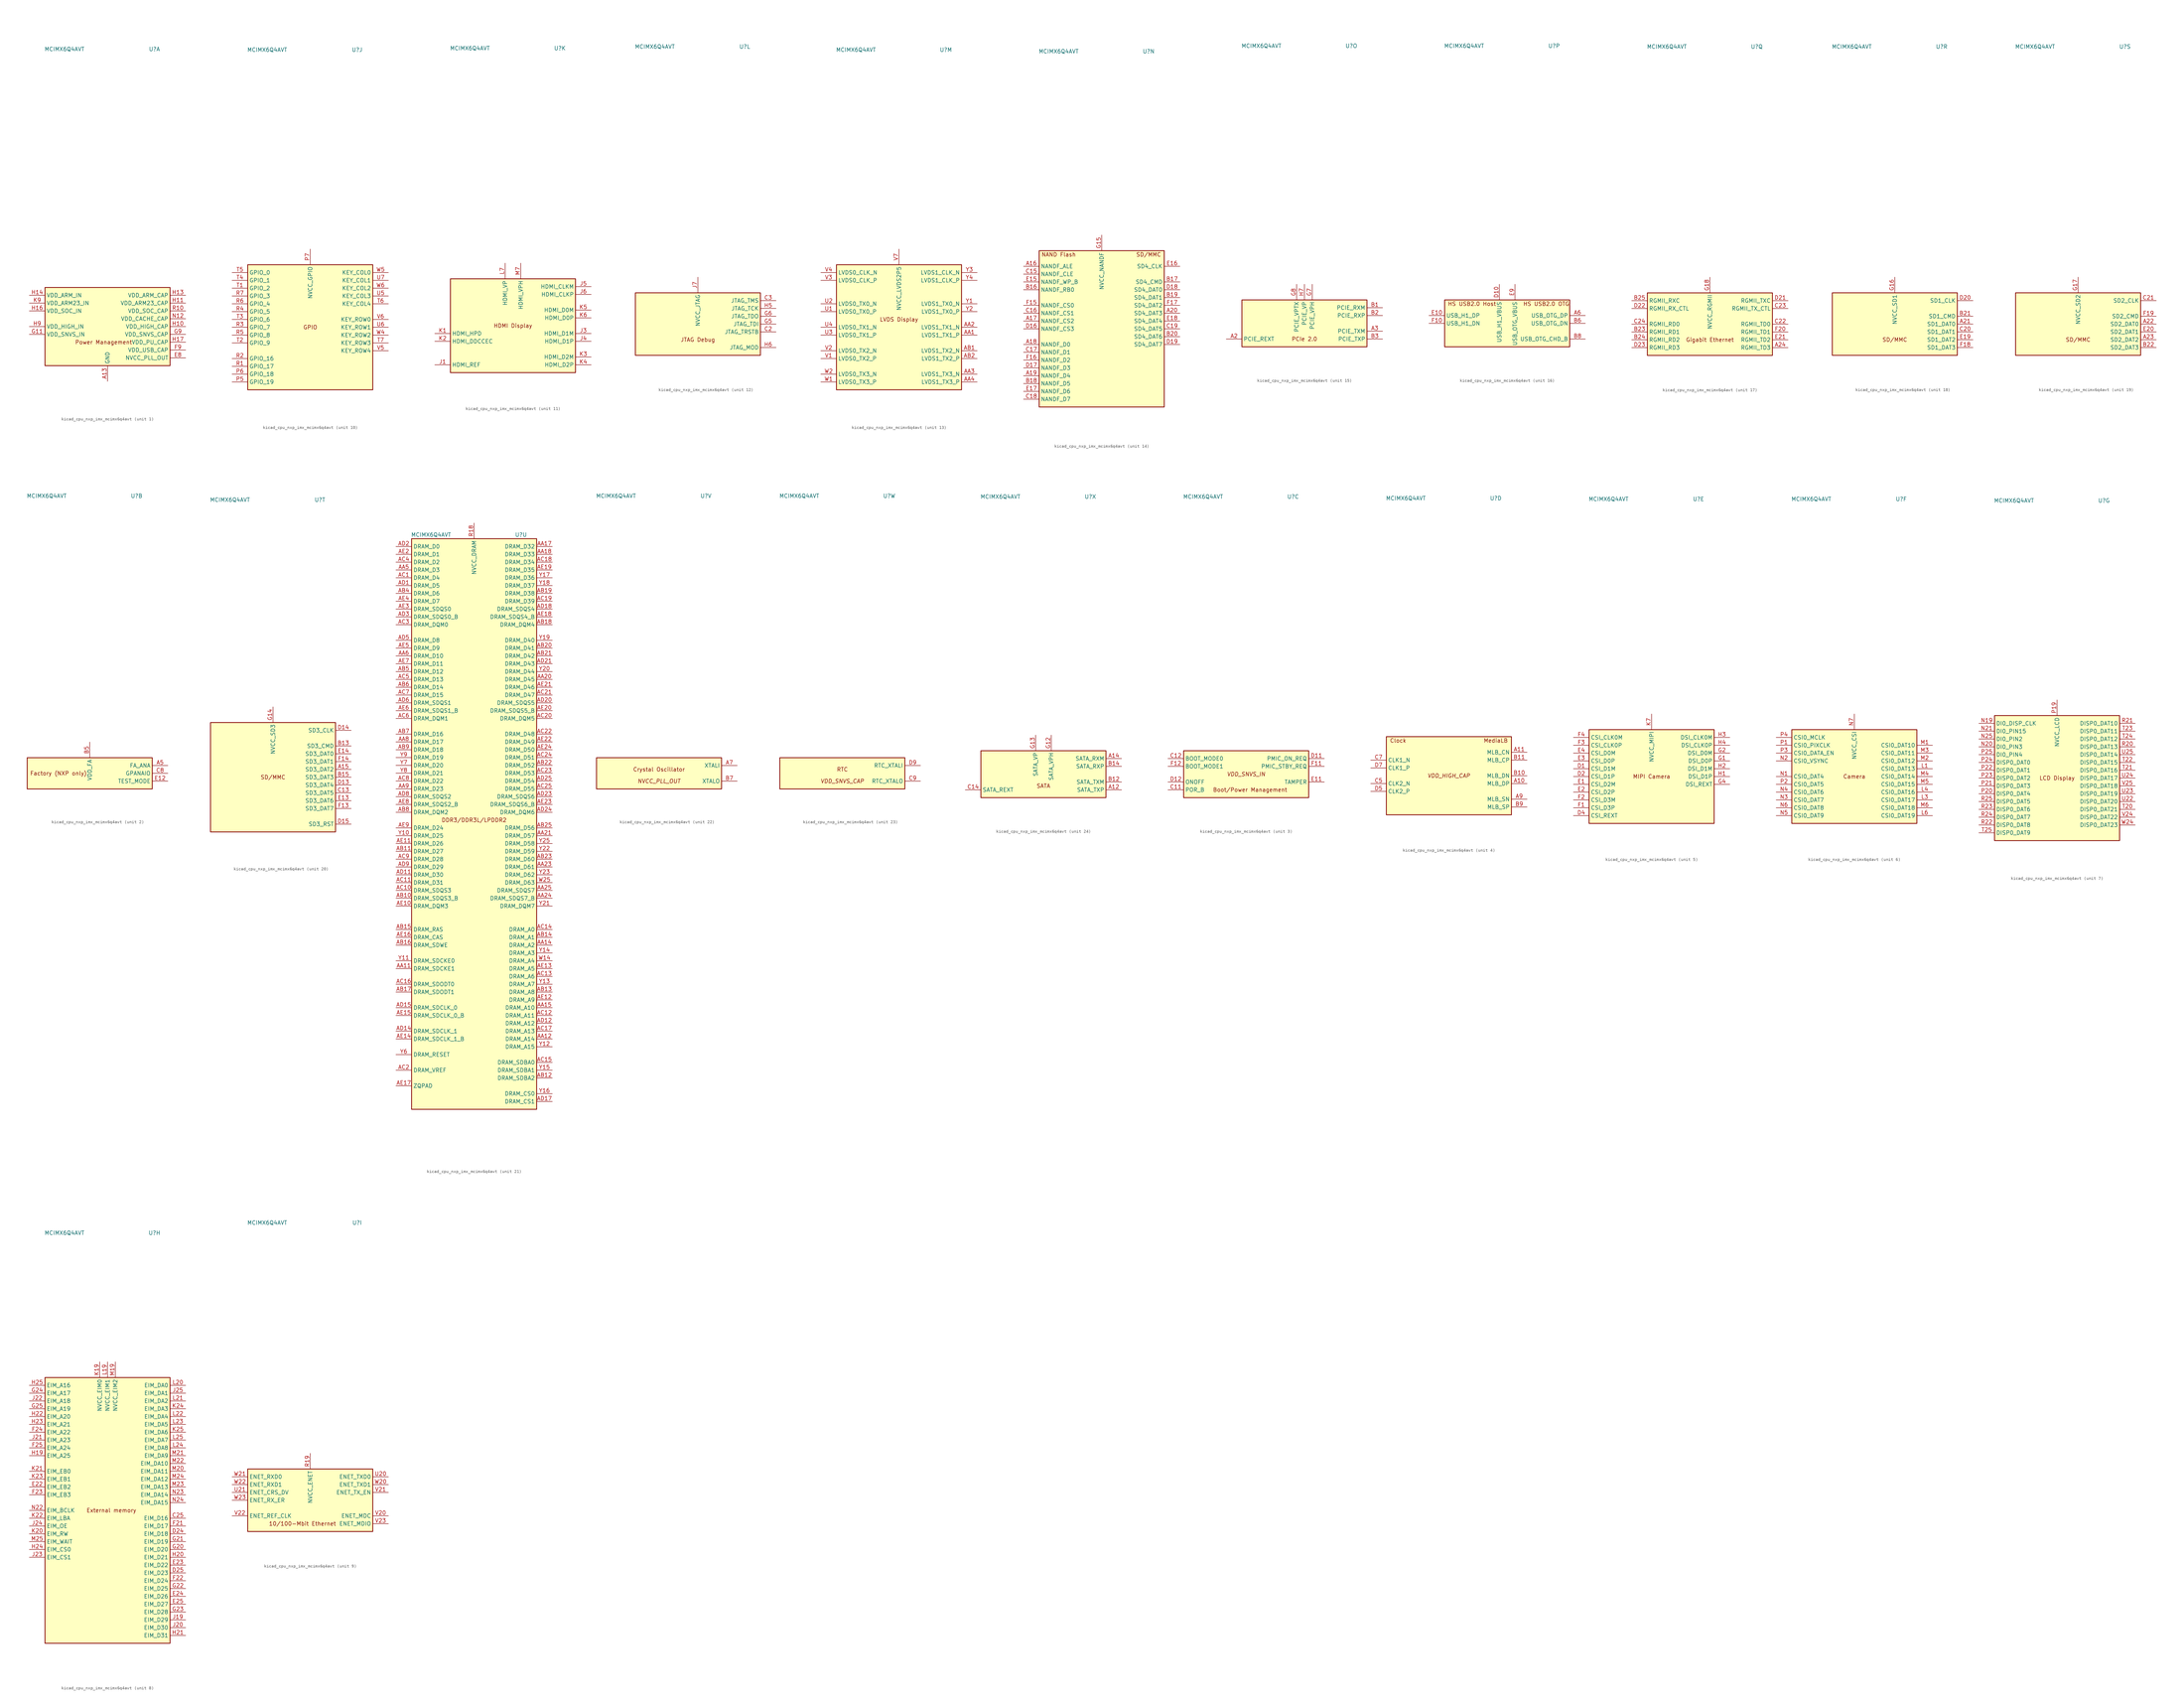
<source format=kicad_sym>
(kicad_symbol_lib
  (version 20220914)
  (generator kicad_symbol_editor)
  (symbol "kicad_cpu_nxp_imx_mcimx6q4avt"
    (property "Reference" "U"
      (at 15.24 90.17 0)
      (effects (font (size 1.27 1.27))))
    (property "Value" "MCIMX6Q4AVT"
      (at -13.97 90.17 0)
      (effects (font (size 1.27 1.27))))
    (property "ki_locked" ""
      (at 0 0 0)
      (effects (font (size 1.27 1.27))))
    (symbol "kicad_cpu_nxp_imx_mcimx6q4avt_1_0"
      (text "Power Management" (at -1.27 -5.08 0) (effects (font (size 1.27 1.27)))))
    (symbol "kicad_cpu_nxp_imx_mcimx6q4avt_1_1"
      (rectangle (start -20.32 12.7) (end 20.32 -12.7) (stroke (width 0.254) (type default)) (fill (type background)))
      (pin power_in line (at 0 -17.78 90) (length 5.08) (name "GND" (effects (font (size 1.27 1.27)))) (number "A13" (effects (font (size 1.27 1.27)))))
      (pin passive line (at 0 -17.78 90) (length 5.08) hide (name "GND" (effects (font (size 1.27 1.27)))) (number "A25" (effects (font (size 1.27 1.27)))))
      (pin passive line (at 0 -17.78 90) (length 5.08) hide (name "GND" (effects (font (size 1.27 1.27)))) (number "A4" (effects (font (size 1.27 1.27)))))
      (pin passive line (at 0 -17.78 90) (length 5.08) hide (name "GND" (effects (font (size 1.27 1.27)))) (number "A8" (effects (font (size 1.27 1.27)))))
      (pin passive line (at 0 -17.78 90) (length 5.08) hide (name "GND" (effects (font (size 1.27 1.27)))) (number "AA10" (effects (font (size 1.27 1.27)))))
      (pin passive line (at 0 -17.78 90) (length 5.08) hide (name "GND" (effects (font (size 1.27 1.27)))) (number "AA13" (effects (font (size 1.27 1.27)))))
      (pin passive line (at 0 -17.78 90) (length 5.08) hide (name "GND" (effects (font (size 1.27 1.27)))) (number "AA16" (effects (font (size 1.27 1.27)))))
      (pin passive line (at 0 -17.78 90) (length 5.08) hide (name "GND" (effects (font (size 1.27 1.27)))) (number "AA19" (effects (font (size 1.27 1.27)))))
      (pin passive line (at 0 -17.78 90) (length 5.08) hide (name "GND" (effects (font (size 1.27 1.27)))) (number "AA22" (effects (font (size 1.27 1.27)))))
      (pin passive line (at 0 -17.78 90) (length 5.08) hide (name "GND" (effects (font (size 1.27 1.27)))) (number "AA7" (effects (font (size 1.27 1.27)))))
      (pin passive line (at 0 -17.78 90) (length 5.08) hide (name "GND" (effects (font (size 1.27 1.27)))) (number "AB24" (effects (font (size 1.27 1.27)))))
      (pin passive line (at 0 -17.78 90) (length 5.08) hide (name "GND" (effects (font (size 1.27 1.27)))) (number "AB3" (effects (font (size 1.27 1.27)))))
      (pin passive line (at 0 -17.78 90) (length 5.08) hide (name "GND" (effects (font (size 1.27 1.27)))) (number "AD10" (effects (font (size 1.27 1.27)))))
      (pin passive line (at 0 -17.78 90) (length 5.08) hide (name "GND" (effects (font (size 1.27 1.27)))) (number "AD13" (effects (font (size 1.27 1.27)))))
      (pin passive line (at 0 -17.78 90) (length 5.08) hide (name "GND" (effects (font (size 1.27 1.27)))) (number "AD16" (effects (font (size 1.27 1.27)))))
      (pin passive line (at 0 -17.78 90) (length 5.08) hide (name "GND" (effects (font (size 1.27 1.27)))) (number "AD19" (effects (font (size 1.27 1.27)))))
      (pin passive line (at 0 -17.78 90) (length 5.08) hide (name "GND" (effects (font (size 1.27 1.27)))) (number "AD22" (effects (font (size 1.27 1.27)))))
      (pin passive line (at 0 -17.78 90) (length 5.08) hide (name "GND" (effects (font (size 1.27 1.27)))) (number "AD4" (effects (font (size 1.27 1.27)))))
      (pin passive line (at 0 -17.78 90) (length 5.08) hide (name "GND" (effects (font (size 1.27 1.27)))) (number "AD7" (effects (font (size 1.27 1.27)))))
      (pin passive line (at 0 -17.78 90) (length 5.08) hide (name "GND" (effects (font (size 1.27 1.27)))) (number "AE1" (effects (font (size 1.27 1.27)))))
      (pin passive line (at 0 -17.78 90) (length 5.08) hide (name "GND" (effects (font (size 1.27 1.27)))) (number "AE25" (effects (font (size 1.27 1.27)))))
      (pin passive line (at 0 -17.78 90) (length 5.08) hide (name "GND" (effects (font (size 1.27 1.27)))) (number "B4" (effects (font (size 1.27 1.27)))))
      (pin passive line (at 0 -17.78 90) (length 5.08) hide (name "GND" (effects (font (size 1.27 1.27)))) (number "C1" (effects (font (size 1.27 1.27)))))
      (pin passive line (at 0 -17.78 90) (length 5.08) hide (name "GND" (effects (font (size 1.27 1.27)))) (number "C10" (effects (font (size 1.27 1.27)))))
      (pin passive line (at 0 -17.78 90) (length 5.08) hide (name "GND" (effects (font (size 1.27 1.27)))) (number "C4" (effects (font (size 1.27 1.27)))))
      (pin passive line (at 0 -17.78 90) (length 5.08) hide (name "GND" (effects (font (size 1.27 1.27)))) (number "C6" (effects (font (size 1.27 1.27)))))
      (pin passive line (at 0 -17.78 90) (length 5.08) hide (name "GND" (effects (font (size 1.27 1.27)))) (number "D3" (effects (font (size 1.27 1.27)))))
      (pin passive line (at 0 -17.78 90) (length 5.08) hide (name "GND" (effects (font (size 1.27 1.27)))) (number "D6" (effects (font (size 1.27 1.27)))))
      (pin passive line (at 0 -17.78 90) (length 5.08) hide (name "GND" (effects (font (size 1.27 1.27)))) (number "D8" (effects (font (size 1.27 1.27)))))
      (pin passive line (at 0 -17.78 90) (length 5.08) hide (name "GND" (effects (font (size 1.27 1.27)))) (number "E5" (effects (font (size 1.27 1.27)))))
      (pin passive line (at 0 -17.78 90) (length 5.08) hide (name "GND" (effects (font (size 1.27 1.27)))) (number "E6" (effects (font (size 1.27 1.27)))))
      (pin passive line (at 0 -17.78 90) (length 5.08) hide (name "GND" (effects (font (size 1.27 1.27)))) (number "E7" (effects (font (size 1.27 1.27)))))
      (pin power_out line (at 25.4 -10.16 180) (length 5.08) (name "NVCC_PLL_OUT" (effects (font (size 1.27 1.27)))) (number "E8" (effects (font (size 1.27 1.27)))))
      (pin passive line (at 0 -17.78 90) (length 5.08) hide (name "GND" (effects (font (size 1.27 1.27)))) (number "F5" (effects (font (size 1.27 1.27)))))
      (pin passive line (at 0 -17.78 90) (length 5.08) hide (name "GND" (effects (font (size 1.27 1.27)))) (number "F6" (effects (font (size 1.27 1.27)))))
      (pin passive line (at 0 -17.78 90) (length 5.08) hide (name "GND" (effects (font (size 1.27 1.27)))) (number "F7" (effects (font (size 1.27 1.27)))))
      (pin passive line (at 0 -17.78 90) (length 5.08) hide (name "GND" (effects (font (size 1.27 1.27)))) (number "F8" (effects (font (size 1.27 1.27)))))
      (pin power_out line (at 25.4 -7.62 180) (length 5.08) (name "VDD_USB_CAP" (effects (font (size 1.27 1.27)))) (number "F9" (effects (font (size 1.27 1.27)))))
      (pin passive line (at 0 -17.78 90) (length 5.08) hide (name "GND" (effects (font (size 1.27 1.27)))) (number "G10" (effects (font (size 1.27 1.27)))))
      (pin power_in line (at -25.4 -2.54 0) (length 5.08) (name "VDD_SNVS_IN" (effects (font (size 1.27 1.27)))) (number "G11" (effects (font (size 1.27 1.27)))))
      (pin passive line (at 0 -17.78 90) (length 5.08) hide (name "GND" (effects (font (size 1.27 1.27)))) (number "G19" (effects (font (size 1.27 1.27)))))
      (pin passive line (at 0 -17.78 90) (length 5.08) hide (name "GND" (effects (font (size 1.27 1.27)))) (number "G3" (effects (font (size 1.27 1.27)))))
      (pin power_out line (at 25.4 -2.54 180) (length 5.08) (name "VDD_SNVS_CAP" (effects (font (size 1.27 1.27)))) (number "G9" (effects (font (size 1.27 1.27)))))
      (pin power_out line (at 25.4 0 180) (length 5.08) (name "VDD_HIGH_CAP" (effects (font (size 1.27 1.27)))) (number "H10" (effects (font (size 1.27 1.27)))))
      (pin power_out line (at 25.4 7.62 180) (length 5.08) (name "VDD_ARM23_CAP" (effects (font (size 1.27 1.27)))) (number "H11" (effects (font (size 1.27 1.27)))))
      (pin passive line (at 0 -17.78 90) (length 5.08) hide (name "GND" (effects (font (size 1.27 1.27)))) (number "H12" (effects (font (size 1.27 1.27)))))
      (pin power_out line (at 25.4 10.16 180) (length 5.08) (name "VDD_ARM_CAP" (effects (font (size 1.27 1.27)))) (number "H13" (effects (font (size 1.27 1.27)))))
      (pin power_in line (at -25.4 10.16 0) (length 5.08) (name "VDD_ARM_IN" (effects (font (size 1.27 1.27)))) (number "H14" (effects (font (size 1.27 1.27)))))
      (pin passive line (at 0 -17.78 90) (length 5.08) hide (name "GND" (effects (font (size 1.27 1.27)))) (number "H15" (effects (font (size 1.27 1.27)))))
      (pin power_in line (at -25.4 5.08 0) (length 5.08) (name "VDD_SOC_IN" (effects (font (size 1.27 1.27)))) (number "H16" (effects (font (size 1.27 1.27)))))
      (pin power_out line (at 25.4 -5.08 180) (length 5.08) (name "VDD_PU_CAP" (effects (font (size 1.27 1.27)))) (number "H17" (effects (font (size 1.27 1.27)))))
      (pin passive line (at 0 -17.78 90) (length 5.08) hide (name "GND" (effects (font (size 1.27 1.27)))) (number "H18" (effects (font (size 1.27 1.27)))))
      (pin passive line (at 0 -17.78 90) (length 5.08) hide (name "GND" (effects (font (size 1.27 1.27)))) (number "H8" (effects (font (size 1.27 1.27)))))
      (pin power_in line (at -25.4 0 0) (length 5.08) (name "VDD_HIGH_IN" (effects (font (size 1.27 1.27)))) (number "H9" (effects (font (size 1.27 1.27)))))
      (pin passive line (at 25.4 0 180) (length 5.08) hide (name "VDD_HIGH_CAP" (effects (font (size 1.27 1.27)))) (number "J10" (effects (font (size 1.27 1.27)))))
      (pin passive line (at 25.4 7.62 180) (length 5.08) hide (name "VDD_ARM23_CAP" (effects (font (size 1.27 1.27)))) (number "J11" (effects (font (size 1.27 1.27)))))
      (pin passive line (at 0 -17.78 90) (length 5.08) hide (name "GND" (effects (font (size 1.27 1.27)))) (number "J12" (effects (font (size 1.27 1.27)))))
      (pin passive line (at 25.4 10.16 180) (length 5.08) hide (name "VDD_ARM_CAP" (effects (font (size 1.27 1.27)))) (number "J13" (effects (font (size 1.27 1.27)))))
      (pin passive line (at -25.4 10.16 0) (length 5.08) hide (name "VDD_ARM_IN" (effects (font (size 1.27 1.27)))) (number "J14" (effects (font (size 1.27 1.27)))))
      (pin passive line (at 0 -17.78 90) (length 5.08) hide (name "GND" (effects (font (size 1.27 1.27)))) (number "J15" (effects (font (size 1.27 1.27)))))
      (pin passive line (at -25.4 5.08 0) (length 5.08) hide (name "VDD_SOC_IN" (effects (font (size 1.27 1.27)))) (number "J16" (effects (font (size 1.27 1.27)))))
      (pin passive line (at 25.4 -5.08 180) (length 5.08) hide (name "VDD_PU_CAP" (effects (font (size 1.27 1.27)))) (number "J17" (effects (font (size 1.27 1.27)))))
      (pin passive line (at 0 -17.78 90) (length 5.08) hide (name "GND" (effects (font (size 1.27 1.27)))) (number "J18" (effects (font (size 1.27 1.27)))))
      (pin passive line (at 0 -17.78 90) (length 5.08) hide (name "GND" (effects (font (size 1.27 1.27)))) (number "J2" (effects (font (size 1.27 1.27)))))
      (pin passive line (at 0 -17.78 90) (length 5.08) hide (name "GND" (effects (font (size 1.27 1.27)))) (number "J8" (effects (font (size 1.27 1.27)))))
      (pin passive line (at -25.4 0 0) (length 5.08) hide (name "VDD_HIGH_IN" (effects (font (size 1.27 1.27)))) (number "J9" (effects (font (size 1.27 1.27)))))
      (pin passive line (at 0 -17.78 90) (length 5.08) hide (name "GND" (effects (font (size 1.27 1.27)))) (number "K10" (effects (font (size 1.27 1.27)))))
      (pin passive line (at 25.4 7.62 180) (length 5.08) hide (name "VDD_ARM23_CAP" (effects (font (size 1.27 1.27)))) (number "K11" (effects (font (size 1.27 1.27)))))
      (pin passive line (at 0 -17.78 90) (length 5.08) hide (name "GND" (effects (font (size 1.27 1.27)))) (number "K12" (effects (font (size 1.27 1.27)))))
      (pin passive line (at 25.4 10.16 180) (length 5.08) hide (name "VDD_ARM_CAP" (effects (font (size 1.27 1.27)))) (number "K13" (effects (font (size 1.27 1.27)))))
      (pin passive line (at -25.4 10.16 0) (length 5.08) hide (name "VDD_ARM_IN" (effects (font (size 1.27 1.27)))) (number "K14" (effects (font (size 1.27 1.27)))))
      (pin passive line (at 0 -17.78 90) (length 5.08) hide (name "GND" (effects (font (size 1.27 1.27)))) (number "K15" (effects (font (size 1.27 1.27)))))
      (pin passive line (at -25.4 5.08 0) (length 5.08) hide (name "VDD_SOC_IN" (effects (font (size 1.27 1.27)))) (number "K16" (effects (font (size 1.27 1.27)))))
      (pin passive line (at 25.4 -5.08 180) (length 5.08) hide (name "VDD_PU_CAP" (effects (font (size 1.27 1.27)))) (number "K17" (effects (font (size 1.27 1.27)))))
      (pin passive line (at 0 -17.78 90) (length 5.08) hide (name "GND" (effects (font (size 1.27 1.27)))) (number "K18" (effects (font (size 1.27 1.27)))))
      (pin passive line (at 0 -17.78 90) (length 5.08) hide (name "GND" (effects (font (size 1.27 1.27)))) (number "K8" (effects (font (size 1.27 1.27)))))
      (pin power_in line (at -25.4 7.62 0) (length 5.08) (name "VDD_ARM23_IN" (effects (font (size 1.27 1.27)))) (number "K9" (effects (font (size 1.27 1.27)))))
      (pin passive line (at 0 -17.78 90) (length 5.08) hide (name "GND" (effects (font (size 1.27 1.27)))) (number "L10" (effects (font (size 1.27 1.27)))))
      (pin passive line (at 25.4 7.62 180) (length 5.08) hide (name "VDD_ARM23_CAP" (effects (font (size 1.27 1.27)))) (number "L11" (effects (font (size 1.27 1.27)))))
      (pin passive line (at 0 -17.78 90) (length 5.08) hide (name "GND" (effects (font (size 1.27 1.27)))) (number "L12" (effects (font (size 1.27 1.27)))))
      (pin passive line (at 25.4 10.16 180) (length 5.08) hide (name "VDD_ARM_CAP" (effects (font (size 1.27 1.27)))) (number "L13" (effects (font (size 1.27 1.27)))))
      (pin passive line (at -25.4 10.16 0) (length 5.08) hide (name "VDD_ARM_IN" (effects (font (size 1.27 1.27)))) (number "L14" (effects (font (size 1.27 1.27)))))
      (pin passive line (at 0 -17.78 90) (length 5.08) hide (name "GND" (effects (font (size 1.27 1.27)))) (number "L15" (effects (font (size 1.27 1.27)))))
      (pin passive line (at -25.4 5.08 0) (length 5.08) hide (name "VDD_SOC_IN" (effects (font (size 1.27 1.27)))) (number "L16" (effects (font (size 1.27 1.27)))))
      (pin passive line (at 25.4 -5.08 180) (length 5.08) hide (name "VDD_PU_CAP" (effects (font (size 1.27 1.27)))) (number "L17" (effects (font (size 1.27 1.27)))))
      (pin passive line (at 0 -17.78 90) (length 5.08) hide (name "GND" (effects (font (size 1.27 1.27)))) (number "L18" (effects (font (size 1.27 1.27)))))
      (pin passive line (at 0 -17.78 90) (length 5.08) hide (name "GND" (effects (font (size 1.27 1.27)))) (number "L2" (effects (font (size 1.27 1.27)))))
      (pin passive line (at 0 -17.78 90) (length 5.08) hide (name "GND" (effects (font (size 1.27 1.27)))) (number "L5" (effects (font (size 1.27 1.27)))))
      (pin passive line (at 0 -17.78 90) (length 5.08) hide (name "GND" (effects (font (size 1.27 1.27)))) (number "L8" (effects (font (size 1.27 1.27)))))
      (pin passive line (at -25.4 7.62 0) (length 5.08) hide (name "VDD_ARM23_IN" (effects (font (size 1.27 1.27)))) (number "L9" (effects (font (size 1.27 1.27)))))
      (pin passive line (at 0 -17.78 90) (length 5.08) hide (name "GND" (effects (font (size 1.27 1.27)))) (number "M10" (effects (font (size 1.27 1.27)))))
      (pin passive line (at 25.4 7.62 180) (length 5.08) hide (name "VDD_ARM23_CAP" (effects (font (size 1.27 1.27)))) (number "M11" (effects (font (size 1.27 1.27)))))
      (pin passive line (at 0 -17.78 90) (length 5.08) hide (name "GND" (effects (font (size 1.27 1.27)))) (number "M12" (effects (font (size 1.27 1.27)))))
      (pin passive line (at 25.4 10.16 180) (length 5.08) hide (name "VDD_ARM_CAP" (effects (font (size 1.27 1.27)))) (number "M13" (effects (font (size 1.27 1.27)))))
      (pin passive line (at -25.4 10.16 0) (length 5.08) hide (name "VDD_ARM_IN" (effects (font (size 1.27 1.27)))) (number "M14" (effects (font (size 1.27 1.27)))))
      (pin passive line (at 0 -17.78 90) (length 5.08) hide (name "GND" (effects (font (size 1.27 1.27)))) (number "M15" (effects (font (size 1.27 1.27)))))
      (pin passive line (at -25.4 5.08 0) (length 5.08) hide (name "VDD_SOC_IN" (effects (font (size 1.27 1.27)))) (number "M16" (effects (font (size 1.27 1.27)))))
      (pin passive line (at 25.4 -5.08 180) (length 5.08) hide (name "VDD_PU_CAP" (effects (font (size 1.27 1.27)))) (number "M17" (effects (font (size 1.27 1.27)))))
      (pin passive line (at 0 -17.78 90) (length 5.08) hide (name "GND" (effects (font (size 1.27 1.27)))) (number "M18" (effects (font (size 1.27 1.27)))))
      (pin passive line (at 0 -17.78 90) (length 5.08) hide (name "GND" (effects (font (size 1.27 1.27)))) (number "M8" (effects (font (size 1.27 1.27)))))
      (pin passive line (at -25.4 7.62 0) (length 5.08) hide (name "VDD_ARM23_IN" (effects (font (size 1.27 1.27)))) (number "M9" (effects (font (size 1.27 1.27)))))
      (pin passive line (at 0 -17.78 90) (length 5.08) hide (name "GND" (effects (font (size 1.27 1.27)))) (number "N10" (effects (font (size 1.27 1.27)))))
      (pin passive line (at 25.4 7.62 180) (length 5.08) hide (name "VDD_ARM23_CAP" (effects (font (size 1.27 1.27)))) (number "N11" (effects (font (size 1.27 1.27)))))
      (pin power_in line (at 25.4 2.54 180) (length 5.08) (name "VDD_CACHE_CAP" (effects (font (size 1.27 1.27)))) (number "N12" (effects (font (size 1.27 1.27)))))
      (pin passive line (at 25.4 10.16 180) (length 5.08) hide (name "VDD_ARM_CAP" (effects (font (size 1.27 1.27)))) (number "N13" (effects (font (size 1.27 1.27)))))
      (pin passive line (at -25.4 10.16 0) (length 5.08) hide (name "VDD_ARM_IN" (effects (font (size 1.27 1.27)))) (number "N14" (effects (font (size 1.27 1.27)))))
      (pin passive line (at 0 -17.78 90) (length 5.08) hide (name "GND" (effects (font (size 1.27 1.27)))) (number "N15" (effects (font (size 1.27 1.27)))))
      (pin passive line (at -25.4 5.08 0) (length 5.08) hide (name "VDD_SOC_IN" (effects (font (size 1.27 1.27)))) (number "N16" (effects (font (size 1.27 1.27)))))
      (pin passive line (at 25.4 -5.08 180) (length 5.08) hide (name "VDD_PU_CAP" (effects (font (size 1.27 1.27)))) (number "N17" (effects (font (size 1.27 1.27)))))
      (pin passive line (at 0 -17.78 90) (length 5.08) hide (name "GND" (effects (font (size 1.27 1.27)))) (number "N18" (effects (font (size 1.27 1.27)))))
      (pin passive line (at 0 -17.78 90) (length 5.08) hide (name "GND" (effects (font (size 1.27 1.27)))) (number "N8" (effects (font (size 1.27 1.27)))))
      (pin passive line (at -25.4 7.62 0) (length 5.08) hide (name "VDD_ARM23_IN" (effects (font (size 1.27 1.27)))) (number "N9" (effects (font (size 1.27 1.27)))))
      (pin passive line (at 0 -17.78 90) (length 5.08) hide (name "GND" (effects (font (size 1.27 1.27)))) (number "P10" (effects (font (size 1.27 1.27)))))
      (pin passive line (at 25.4 7.62 180) (length 5.08) hide (name "VDD_ARM23_CAP" (effects (font (size 1.27 1.27)))) (number "P11" (effects (font (size 1.27 1.27)))))
      (pin passive line (at 0 -17.78 90) (length 5.08) hide (name "GND" (effects (font (size 1.27 1.27)))) (number "P12" (effects (font (size 1.27 1.27)))))
      (pin passive line (at 25.4 10.16 180) (length 5.08) hide (name "VDD_ARM_CAP" (effects (font (size 1.27 1.27)))) (number "P13" (effects (font (size 1.27 1.27)))))
      (pin passive line (at -25.4 10.16 0) (length 5.08) hide (name "VDD_ARM_IN" (effects (font (size 1.27 1.27)))) (number "P14" (effects (font (size 1.27 1.27)))))
      (pin passive line (at 0 -17.78 90) (length 5.08) hide (name "GND" (effects (font (size 1.27 1.27)))) (number "P15" (effects (font (size 1.27 1.27)))))
      (pin passive line (at -25.4 5.08 0) (length 5.08) hide (name "VDD_SOC_IN" (effects (font (size 1.27 1.27)))) (number "P16" (effects (font (size 1.27 1.27)))))
      (pin passive line (at 25.4 -5.08 180) (length 5.08) hide (name "VDD_PU_CAP" (effects (font (size 1.27 1.27)))) (number "P17" (effects (font (size 1.27 1.27)))))
      (pin passive line (at 0 -17.78 90) (length 5.08) hide (name "GND" (effects (font (size 1.27 1.27)))) (number "P18" (effects (font (size 1.27 1.27)))))
      (pin passive line (at 0 -17.78 90) (length 5.08) hide (name "GND" (effects (font (size 1.27 1.27)))) (number "P8" (effects (font (size 1.27 1.27)))))
      (pin passive line (at -25.4 7.62 0) (length 5.08) hide (name "VDD_ARM23_IN" (effects (font (size 1.27 1.27)))) (number "P9" (effects (font (size 1.27 1.27)))))
      (pin power_out line (at 25.4 5.08 180) (length 5.08) (name "VDD_SOC_CAP" (effects (font (size 1.27 1.27)))) (number "R10" (effects (font (size 1.27 1.27)))))
      (pin passive line (at 25.4 7.62 180) (length 5.08) hide (name "VDD_ARM23_CAP" (effects (font (size 1.27 1.27)))) (number "R11" (effects (font (size 1.27 1.27)))))
      (pin passive line (at 0 -17.78 90) (length 5.08) hide (name "GND" (effects (font (size 1.27 1.27)))) (number "R12" (effects (font (size 1.27 1.27)))))
      (pin passive line (at 25.4 10.16 180) (length 5.08) hide (name "VDD_ARM_CAP" (effects (font (size 1.27 1.27)))) (number "R13" (effects (font (size 1.27 1.27)))))
      (pin passive line (at -25.4 10.16 0) (length 5.08) hide (name "VDD_ARM_IN" (effects (font (size 1.27 1.27)))) (number "R14" (effects (font (size 1.27 1.27)))))
      (pin passive line (at 0 -17.78 90) (length 5.08) hide (name "GND" (effects (font (size 1.27 1.27)))) (number "R15" (effects (font (size 1.27 1.27)))))
      (pin passive line (at -25.4 5.08 0) (length 5.08) hide (name "VDD_SOC_IN" (effects (font (size 1.27 1.27)))) (number "R16" (effects (font (size 1.27 1.27)))))
      (pin passive line (at 0 -17.78 90) (length 5.08) hide (name "GND" (effects (font (size 1.27 1.27)))) (number "R17" (effects (font (size 1.27 1.27)))))
      (pin passive line (at 0 -17.78 90) (length 5.08) hide (name "GND" (effects (font (size 1.27 1.27)))) (number "R8" (effects (font (size 1.27 1.27)))))
      (pin passive line (at -25.4 7.62 0) (length 5.08) hide (name "VDD_ARM23_IN" (effects (font (size 1.27 1.27)))) (number "R9" (effects (font (size 1.27 1.27)))))
      (pin passive line (at 25.4 5.08 180) (length 5.08) hide (name "VDD_SOC_CAP" (effects (font (size 1.27 1.27)))) (number "T10" (effects (font (size 1.27 1.27)))))
      (pin passive line (at 0 -17.78 90) (length 5.08) hide (name "GND" (effects (font (size 1.27 1.27)))) (number "T11" (effects (font (size 1.27 1.27)))))
      (pin passive line (at 0 -17.78 90) (length 5.08) hide (name "GND" (effects (font (size 1.27 1.27)))) (number "T12" (effects (font (size 1.27 1.27)))))
      (pin passive line (at 25.4 5.08 180) (length 5.08) hide (name "VDD_SOC_CAP" (effects (font (size 1.27 1.27)))) (number "T13" (effects (font (size 1.27 1.27)))))
      (pin passive line (at 25.4 5.08 180) (length 5.08) hide (name "VDD_SOC_CAP" (effects (font (size 1.27 1.27)))) (number "T14" (effects (font (size 1.27 1.27)))))
      (pin passive line (at 0 -17.78 90) (length 5.08) hide (name "GND" (effects (font (size 1.27 1.27)))) (number "T15" (effects (font (size 1.27 1.27)))))
      (pin passive line (at -25.4 5.08 0) (length 5.08) hide (name "VDD_SOC_IN" (effects (font (size 1.27 1.27)))) (number "T16" (effects (font (size 1.27 1.27)))))
      (pin passive line (at 0 -17.78 90) (length 5.08) hide (name "GND" (effects (font (size 1.27 1.27)))) (number "T17" (effects (font (size 1.27 1.27)))))
      (pin passive line (at 0 -17.78 90) (length 5.08) hide (name "GND" (effects (font (size 1.27 1.27)))) (number "T19" (effects (font (size 1.27 1.27)))))
      (pin passive line (at 0 -17.78 90) (length 5.08) hide (name "GND" (effects (font (size 1.27 1.27)))) (number "T8" (effects (font (size 1.27 1.27)))))
      (pin passive line (at -25.4 7.62 0) (length 5.08) hide (name "VDD_ARM23_IN" (effects (font (size 1.27 1.27)))) (number "T9" (effects (font (size 1.27 1.27)))))
      (pin passive line (at 25.4 5.08 180) (length 5.08) hide (name "VDD_SOC_CAP" (effects (font (size 1.27 1.27)))) (number "U10" (effects (font (size 1.27 1.27)))))
      (pin passive line (at 0 -17.78 90) (length 5.08) hide (name "GND" (effects (font (size 1.27 1.27)))) (number "U11" (effects (font (size 1.27 1.27)))))
      (pin passive line (at 0 -17.78 90) (length 5.08) hide (name "GND" (effects (font (size 1.27 1.27)))) (number "U12" (effects (font (size 1.27 1.27)))))
      (pin passive line (at 25.4 5.08 180) (length 5.08) hide (name "VDD_SOC_CAP" (effects (font (size 1.27 1.27)))) (number "U13" (effects (font (size 1.27 1.27)))))
      (pin passive line (at 25.4 5.08 180) (length 5.08) hide (name "VDD_SOC_CAP" (effects (font (size 1.27 1.27)))) (number "U14" (effects (font (size 1.27 1.27)))))
      (pin passive line (at 0 -17.78 90) (length 5.08) hide (name "GND" (effects (font (size 1.27 1.27)))) (number "U15" (effects (font (size 1.27 1.27)))))
      (pin passive line (at -25.4 5.08 0) (length 5.08) hide (name "VDD_SOC_IN" (effects (font (size 1.27 1.27)))) (number "U16" (effects (font (size 1.27 1.27)))))
      (pin passive line (at 0 -17.78 90) (length 5.08) hide (name "GND" (effects (font (size 1.27 1.27)))) (number "U17" (effects (font (size 1.27 1.27)))))
      (pin passive line (at 0 -17.78 90) (length 5.08) hide (name "GND" (effects (font (size 1.27 1.27)))) (number "U19" (effects (font (size 1.27 1.27)))))
      (pin passive line (at 0 -17.78 90) (length 5.08) hide (name "GND" (effects (font (size 1.27 1.27)))) (number "U8" (effects (font (size 1.27 1.27)))))
      (pin passive line (at -25.4 7.62 0) (length 5.08) hide (name "VDD_ARM23_IN" (effects (font (size 1.27 1.27)))) (number "U9" (effects (font (size 1.27 1.27)))))
      (pin passive line (at 0 -17.78 90) (length 5.08) hide (name "GND" (effects (font (size 1.27 1.27)))) (number "V19" (effects (font (size 1.27 1.27)))))
      (pin passive line (at 0 -17.78 90) (length 5.08) hide (name "GND" (effects (font (size 1.27 1.27)))) (number "V8" (effects (font (size 1.27 1.27)))))
      (pin passive line (at 0 -17.78 90) (length 5.08) hide (name "GND" (effects (font (size 1.27 1.27)))) (number "W10" (effects (font (size 1.27 1.27)))))
      (pin passive line (at 0 -17.78 90) (length 5.08) hide (name "GND" (effects (font (size 1.27 1.27)))) (number "W11" (effects (font (size 1.27 1.27)))))
      (pin passive line (at 0 -17.78 90) (length 5.08) hide (name "GND" (effects (font (size 1.27 1.27)))) (number "W12" (effects (font (size 1.27 1.27)))))
      (pin passive line (at 0 -17.78 90) (length 5.08) hide (name "GND" (effects (font (size 1.27 1.27)))) (number "W13" (effects (font (size 1.27 1.27)))))
      (pin passive line (at 0 -17.78 90) (length 5.08) hide (name "GND" (effects (font (size 1.27 1.27)))) (number "W15" (effects (font (size 1.27 1.27)))))
      (pin passive line (at 0 -17.78 90) (length 5.08) hide (name "GND" (effects (font (size 1.27 1.27)))) (number "W16" (effects (font (size 1.27 1.27)))))
      (pin passive line (at 0 -17.78 90) (length 5.08) hide (name "GND" (effects (font (size 1.27 1.27)))) (number "W17" (effects (font (size 1.27 1.27)))))
      (pin passive line (at 0 -17.78 90) (length 5.08) hide (name "GND" (effects (font (size 1.27 1.27)))) (number "W18" (effects (font (size 1.27 1.27)))))
      (pin passive line (at 0 -17.78 90) (length 5.08) hide (name "GND" (effects (font (size 1.27 1.27)))) (number "W19" (effects (font (size 1.27 1.27)))))
      (pin passive line (at 0 -17.78 90) (length 5.08) hide (name "GND" (effects (font (size 1.27 1.27)))) (number "W3" (effects (font (size 1.27 1.27)))))
      (pin passive line (at 0 -17.78 90) (length 5.08) hide (name "GND" (effects (font (size 1.27 1.27)))) (number "W7" (effects (font (size 1.27 1.27)))))
      (pin passive line (at 0 -17.78 90) (length 5.08) hide (name "GND" (effects (font (size 1.27 1.27)))) (number "W8" (effects (font (size 1.27 1.27)))))
      (pin passive line (at 0 -17.78 90) (length 5.08) hide (name "GND" (effects (font (size 1.27 1.27)))) (number "W9" (effects (font (size 1.27 1.27)))))
      (pin passive line (at 0 -17.78 90) (length 5.08) hide (name "GND" (effects (font (size 1.27 1.27)))) (number "Y24" (effects (font (size 1.27 1.27)))))
      (pin passive line (at 0 -17.78 90) (length 5.08) hide (name "GND" (effects (font (size 1.27 1.27)))) (number "Y5" (effects (font (size 1.27 1.27))))))
    (symbol "kicad_cpu_nxp_imx_mcimx6q4avt_2_0"
      (text "Factory (NXP only)" (at -10.16 0 0) (effects (font (size 1.27 1.27)))))
    (symbol "kicad_cpu_nxp_imx_mcimx6q4avt_2_1"
      (rectangle (start -20.32 5.08) (end 20.32 -5.08) (stroke (width 0.254) (type default)) (fill (type background)))
      (pin passive line (at 25.4 2.54 180) (length 5.08) (name "FA_ANA" (effects (font (size 1.27 1.27)))) (number "A5" (effects (font (size 1.27 1.27)))))
      (pin passive line (at 0 10.16 270) (length 5.08) (name "VDD_FA" (effects (font (size 1.27 1.27)))) (number "B5" (effects (font (size 1.27 1.27)))))
      (pin passive line (at 25.4 0 180) (length 5.08) (name "GPANAIO" (effects (font (size 1.27 1.27)))) (number "C8" (effects (font (size 1.27 1.27)))))
      (pin passive line (at 25.4 -2.54 180) (length 5.08) (name "TEST_MODE" (effects (font (size 1.27 1.27)))) (number "E12" (effects (font (size 1.27 1.27))))))
    (symbol "kicad_cpu_nxp_imx_mcimx6q4avt_3_0"
      (text "Boot/Power Management" (at 1.27 -5.08 0) (effects (font (size 1.27 1.27)))))
    (symbol "kicad_cpu_nxp_imx_mcimx6q4avt_3_1"
      (rectangle (start -20.32 7.62) (end 20.32 -7.62) (stroke (width 0.254) (type default)) (fill (type background)))
      (text "VDD_SNVS_IN" (at 0 0 0) (effects (font (size 1.27 1.27) italic)))
      (pin input line (at -25.4 -5.08 0) (length 5.08) (name "POR_B" (effects (font (size 1.27 1.27)))) (number "C11" (effects (font (size 1.27 1.27)))))
      (pin input line (at -25.4 5.08 0) (length 5.08) (name "BOOT_MODE0" (effects (font (size 1.27 1.27)))) (number "C12" (effects (font (size 1.27 1.27)))))
      (pin output line (at 25.4 5.08 180) (length 5.08) (name "PMIC_ON_REQ" (effects (font (size 1.27 1.27)))) (number "D11" (effects (font (size 1.27 1.27)))))
      (pin input line (at -25.4 -2.54 0) (length 5.08) (name "ONOFF" (effects (font (size 1.27 1.27)))) (number "D12" (effects (font (size 1.27 1.27)))))
      (pin input line (at 25.4 -2.54 180) (length 5.08) (name "TAMPER" (effects (font (size 1.27 1.27)))) (number "E11" (effects (font (size 1.27 1.27)))))
      (pin output line (at 25.4 2.54 180) (length 5.08) (name "PMIC_STBY_REQ" (effects (font (size 1.27 1.27)))) (number "F11" (effects (font (size 1.27 1.27)))))
      (pin input line (at -25.4 2.54 0) (length 5.08) (name "BOOT_MODE1" (effects (font (size 1.27 1.27)))) (number "F12" (effects (font (size 1.27 1.27))))))
    (symbol "kicad_cpu_nxp_imx_mcimx6q4avt_4_0"
      (text "Clock" (at -16.51 11.43 0) (effects (font (size 1.27 1.27))))
      (text "MediaLB" (at 15.24 11.43 0) (effects (font (size 1.27 1.27)))))
    (symbol "kicad_cpu_nxp_imx_mcimx6q4avt_4_1"
      (rectangle (start -20.32 12.7) (end 20.32 -12.7) (stroke (width 0.254) (type default)) (fill (type background)))
      (text "VDD_HIGH_CAP" (at 0 0 0) (effects (font (size 1.27 1.27) italic)))
      (pin bidirectional line (at 25.4 -2.54 180) (length 5.08) (name "MLB_DP" (effects (font (size 1.27 1.27)))) (number "A10" (effects (font (size 1.27 1.27)))))
      (pin input line (at 25.4 7.62 180) (length 5.08) (name "MLB_CN" (effects (font (size 1.27 1.27)))) (number "A11" (effects (font (size 1.27 1.27)))))
      (pin bidirectional line (at 25.4 -7.62 180) (length 5.08) (name "MLB_SN" (effects (font (size 1.27 1.27)))) (number "A9" (effects (font (size 1.27 1.27)))))
      (pin bidirectional line (at 25.4 0 180) (length 5.08) (name "MLB_DN" (effects (font (size 1.27 1.27)))) (number "B10" (effects (font (size 1.27 1.27)))))
      (pin input line (at 25.4 5.08 180) (length 5.08) (name "MLB_CP" (effects (font (size 1.27 1.27)))) (number "B11" (effects (font (size 1.27 1.27)))))
      (pin bidirectional line (at 25.4 -10.16 180) (length 5.08) (name "MLB_SP" (effects (font (size 1.27 1.27)))) (number "B9" (effects (font (size 1.27 1.27)))))
      (pin bidirectional line (at -25.4 -2.54 0) (length 5.08) (name "CLK2_N" (effects (font (size 1.27 1.27)))) (number "C5" (effects (font (size 1.27 1.27)))))
      (pin bidirectional line (at -25.4 5.08 0) (length 5.08) (name "CLK1_N" (effects (font (size 1.27 1.27)))) (number "C7" (effects (font (size 1.27 1.27)))))
      (pin bidirectional line (at -25.4 -5.08 0) (length 5.08) (name "CLK2_P" (effects (font (size 1.27 1.27)))) (number "D5" (effects (font (size 1.27 1.27)))))
      (pin bidirectional line (at -25.4 2.54 0) (length 5.08) (name "CLK1_P" (effects (font (size 1.27 1.27)))) (number "D7" (effects (font (size 1.27 1.27))))))
    (symbol "kicad_cpu_nxp_imx_mcimx6q4avt_5_0"
      (text "MIPI Camera" (at 0 0 0) (effects (font (size 1.27 1.27)))))
    (symbol "kicad_cpu_nxp_imx_mcimx6q4avt_5_1"
      (rectangle (start -20.32 15.24) (end 20.32 -15.24) (stroke (width 0.254) (type default)) (fill (type background)))
      (pin input line (at -25.4 2.54 0) (length 5.08) (name "CSI_D1M" (effects (font (size 1.27 1.27)))) (number "D1" (effects (font (size 1.27 1.27)))))
      (pin input line (at -25.4 0 0) (length 5.08) (name "CSI_D1P" (effects (font (size 1.27 1.27)))) (number "D2" (effects (font (size 1.27 1.27)))))
      (pin passive line (at -25.4 -12.7 0) (length 5.08) (name "CSI_REXT" (effects (font (size 1.27 1.27)))) (number "D4" (effects (font (size 1.27 1.27)))))
      (pin input line (at -25.4 -2.54 0) (length 5.08) (name "CSI_D2M" (effects (font (size 1.27 1.27)))) (number "E1" (effects (font (size 1.27 1.27)))))
      (pin input line (at -25.4 -5.08 0) (length 5.08) (name "CSI_D2P" (effects (font (size 1.27 1.27)))) (number "E2" (effects (font (size 1.27 1.27)))))
      (pin input line (at -25.4 5.08 0) (length 5.08) (name "CSI_D0P" (effects (font (size 1.27 1.27)))) (number "E3" (effects (font (size 1.27 1.27)))))
      (pin input line (at -25.4 7.62 0) (length 5.08) (name "CSI_D0M" (effects (font (size 1.27 1.27)))) (number "E4" (effects (font (size 1.27 1.27)))))
      (pin input line (at -25.4 -10.16 0) (length 5.08) (name "CSI_D3P" (effects (font (size 1.27 1.27)))) (number "F1" (effects (font (size 1.27 1.27)))))
      (pin input line (at -25.4 -7.62 0) (length 5.08) (name "CSI_D3M" (effects (font (size 1.27 1.27)))) (number "F2" (effects (font (size 1.27 1.27)))))
      (pin input line (at -25.4 10.16 0) (length 5.08) (name "CSI_CLK0P" (effects (font (size 1.27 1.27)))) (number "F3" (effects (font (size 1.27 1.27)))))
      (pin input line (at -25.4 12.7 0) (length 5.08) (name "CSI_CLK0M" (effects (font (size 1.27 1.27)))) (number "F4" (effects (font (size 1.27 1.27)))))
      (pin output line (at 25.4 5.08 180) (length 5.08) (name "DSI_D0P" (effects (font (size 1.27 1.27)))) (number "G1" (effects (font (size 1.27 1.27)))))
      (pin output line (at 25.4 7.62 180) (length 5.08) (name "DSI_D0M" (effects (font (size 1.27 1.27)))) (number "G2" (effects (font (size 1.27 1.27)))))
      (pin passive line (at 25.4 -2.54 180) (length 5.08) (name "DSI_REXT" (effects (font (size 1.27 1.27)))) (number "G4" (effects (font (size 1.27 1.27)))))
      (pin output line (at 25.4 0 180) (length 5.08) (name "DSI_D1P" (effects (font (size 1.27 1.27)))) (number "H1" (effects (font (size 1.27 1.27)))))
      (pin output line (at 25.4 2.54 180) (length 5.08) (name "DSI_D1M" (effects (font (size 1.27 1.27)))) (number "H2" (effects (font (size 1.27 1.27)))))
      (pin output line (at 25.4 12.7 180) (length 5.08) (name "DSI_CLK0M" (effects (font (size 1.27 1.27)))) (number "H3" (effects (font (size 1.27 1.27)))))
      (pin output line (at 25.4 10.16 180) (length 5.08) (name "DSI_CLK0P" (effects (font (size 1.27 1.27)))) (number "H4" (effects (font (size 1.27 1.27)))))
      (pin power_in line (at 0 20.32 270) (length 5.08) (name "NVCC_MIPI" (effects (font (size 1.27 1.27)))) (number "K7" (effects (font (size 1.27 1.27))))))
    (symbol "kicad_cpu_nxp_imx_mcimx6q4avt_6_0"
      (text "Camera" (at 0 0 0) (effects (font (size 1.27 1.27)))))
    (symbol "kicad_cpu_nxp_imx_mcimx6q4avt_6_1"
      (rectangle (start -20.32 15.24) (end 20.32 -15.24) (stroke (width 0.254) (type default)) (fill (type background)))
      (pin bidirectional line (at 25.4 2.54 180) (length 5.08) (name "CSI0_DAT13" (effects (font (size 1.27 1.27)))) (number "L1" (effects (font (size 1.27 1.27)))))
      (pin bidirectional line (at 25.4 -7.62 180) (length 5.08) (name "CSI0_DAT17" (effects (font (size 1.27 1.27)))) (number "L3" (effects (font (size 1.27 1.27)))))
      (pin bidirectional line (at 25.4 -5.08 180) (length 5.08) (name "CSI0_DAT16" (effects (font (size 1.27 1.27)))) (number "L4" (effects (font (size 1.27 1.27)))))
      (pin bidirectional line (at 25.4 -12.7 180) (length 5.08) (name "CSI0_DAT19" (effects (font (size 1.27 1.27)))) (number "L6" (effects (font (size 1.27 1.27)))))
      (pin bidirectional line (at 25.4 10.16 180) (length 5.08) (name "CSI0_DAT10" (effects (font (size 1.27 1.27)))) (number "M1" (effects (font (size 1.27 1.27)))))
      (pin bidirectional line (at 25.4 5.08 180) (length 5.08) (name "CSI0_DAT12" (effects (font (size 1.27 1.27)))) (number "M2" (effects (font (size 1.27 1.27)))))
      (pin bidirectional line (at 25.4 7.62 180) (length 5.08) (name "CSI0_DAT11" (effects (font (size 1.27 1.27)))) (number "M3" (effects (font (size 1.27 1.27)))))
      (pin bidirectional line (at 25.4 0 180) (length 5.08) (name "CSI0_DAT14" (effects (font (size 1.27 1.27)))) (number "M4" (effects (font (size 1.27 1.27)))))
      (pin bidirectional line (at 25.4 -2.54 180) (length 5.08) (name "CSI0_DAT15" (effects (font (size 1.27 1.27)))) (number "M5" (effects (font (size 1.27 1.27)))))
      (pin bidirectional line (at 25.4 -10.16 180) (length 5.08) (name "CSI0_DAT18" (effects (font (size 1.27 1.27)))) (number "M6" (effects (font (size 1.27 1.27)))))
      (pin bidirectional line (at -25.4 0 0) (length 5.08) (name "CSI0_DAT4" (effects (font (size 1.27 1.27)))) (number "N1" (effects (font (size 1.27 1.27)))))
      (pin bidirectional line (at -25.4 5.08 0) (length 5.08) (name "CSI0_VSYNC" (effects (font (size 1.27 1.27)))) (number "N2" (effects (font (size 1.27 1.27)))))
      (pin bidirectional line (at -25.4 -7.62 0) (length 5.08) (name "CSI0_DAT7" (effects (font (size 1.27 1.27)))) (number "N3" (effects (font (size 1.27 1.27)))))
      (pin bidirectional line (at -25.4 -5.08 0) (length 5.08) (name "CSI0_DAT6" (effects (font (size 1.27 1.27)))) (number "N4" (effects (font (size 1.27 1.27)))))
      (pin bidirectional line (at -25.4 -12.7 0) (length 5.08) (name "CSI0_DAT9" (effects (font (size 1.27 1.27)))) (number "N5" (effects (font (size 1.27 1.27)))))
      (pin bidirectional line (at -25.4 -10.16 0) (length 5.08) (name "CSI0_DAT8" (effects (font (size 1.27 1.27)))) (number "N6" (effects (font (size 1.27 1.27)))))
      (pin power_in line (at 0 20.32 270) (length 5.08) (name "NVCC_CSI" (effects (font (size 1.27 1.27)))) (number "N7" (effects (font (size 1.27 1.27)))))
      (pin bidirectional line (at -25.4 10.16 0) (length 5.08) (name "CSI0_PIXCLK" (effects (font (size 1.27 1.27)))) (number "P1" (effects (font (size 1.27 1.27)))))
      (pin bidirectional line (at -25.4 -2.54 0) (length 5.08) (name "CSI0_DAT5" (effects (font (size 1.27 1.27)))) (number "P2" (effects (font (size 1.27 1.27)))))
      (pin bidirectional line (at -25.4 7.62 0) (length 5.08) (name "CSI0_DATA_EN" (effects (font (size 1.27 1.27)))) (number "P3" (effects (font (size 1.27 1.27)))))
      (pin bidirectional line (at -25.4 12.7 0) (length 5.08) (name "CSI0_MCLK" (effects (font (size 1.27 1.27)))) (number "P4" (effects (font (size 1.27 1.27))))))
    (symbol "kicad_cpu_nxp_imx_mcimx6q4avt_7_0"
      (text "LCD Display" (at 0 0 0) (effects (font (size 1.27 1.27)))))
    (symbol "kicad_cpu_nxp_imx_mcimx6q4avt_7_1"
      (rectangle (start -20.32 20.32) (end 20.32 -20.32) (stroke (width 0.254) (type default)) (fill (type background)))
      (pin bidirectional line (at -25.4 17.78 0) (length 5.08) (name "DI0_DISP_CLK" (effects (font (size 1.27 1.27)))) (number "N19" (effects (font (size 1.27 1.27)))))
      (pin bidirectional line (at -25.4 10.16 0) (length 5.08) (name "DI0_PIN3" (effects (font (size 1.27 1.27)))) (number "N20" (effects (font (size 1.27 1.27)))))
      (pin bidirectional line (at -25.4 15.24 0) (length 5.08) (name "DI0_PIN15" (effects (font (size 1.27 1.27)))) (number "N21" (effects (font (size 1.27 1.27)))))
      (pin bidirectional line (at -25.4 12.7 0) (length 5.08) (name "DI0_PIN2" (effects (font (size 1.27 1.27)))) (number "N25" (effects (font (size 1.27 1.27)))))
      (pin power_in line (at 0 25.4 270) (length 5.08) (name "NVCC_LCD" (effects (font (size 1.27 1.27)))) (number "P19" (effects (font (size 1.27 1.27)))))
      (pin bidirectional line (at -25.4 -5.08 0) (length 5.08) (name "DISP0_DAT4" (effects (font (size 1.27 1.27)))) (number "P20" (effects (font (size 1.27 1.27)))))
      (pin bidirectional line (at -25.4 -2.54 0) (length 5.08) (name "DISP0_DAT3" (effects (font (size 1.27 1.27)))) (number "P21" (effects (font (size 1.27 1.27)))))
      (pin bidirectional line (at -25.4 2.54 0) (length 5.08) (name "DISP0_DAT1" (effects (font (size 1.27 1.27)))) (number "P22" (effects (font (size 1.27 1.27)))))
      (pin bidirectional line (at -25.4 0 0) (length 5.08) (name "DISP0_DAT2" (effects (font (size 1.27 1.27)))) (number "P23" (effects (font (size 1.27 1.27)))))
      (pin bidirectional line (at -25.4 5.08 0) (length 5.08) (name "DISP0_DAT0" (effects (font (size 1.27 1.27)))) (number "P24" (effects (font (size 1.27 1.27)))))
      (pin bidirectional line (at -25.4 7.62 0) (length 5.08) (name "DI0_PIN4" (effects (font (size 1.27 1.27)))) (number "P25" (effects (font (size 1.27 1.27)))))
      (pin bidirectional line (at 25.4 10.16 180) (length 5.08) (name "DISP0_DAT13" (effects (font (size 1.27 1.27)))) (number "R20" (effects (font (size 1.27 1.27)))))
      (pin bidirectional line (at 25.4 17.78 180) (length 5.08) (name "DISP0_DAT10" (effects (font (size 1.27 1.27)))) (number "R21" (effects (font (size 1.27 1.27)))))
      (pin bidirectional line (at -25.4 -15.24 0) (length 5.08) (name "DISP0_DAT8" (effects (font (size 1.27 1.27)))) (number "R22" (effects (font (size 1.27 1.27)))))
      (pin bidirectional line (at -25.4 -10.16 0) (length 5.08) (name "DISP0_DAT6" (effects (font (size 1.27 1.27)))) (number "R23" (effects (font (size 1.27 1.27)))))
      (pin bidirectional line (at -25.4 -12.7 0) (length 5.08) (name "DISP0_DAT7" (effects (font (size 1.27 1.27)))) (number "R24" (effects (font (size 1.27 1.27)))))
      (pin bidirectional line (at -25.4 -7.62 0) (length 5.08) (name "DISP0_DAT5" (effects (font (size 1.27 1.27)))) (number "R25" (effects (font (size 1.27 1.27)))))
      (pin bidirectional line (at 25.4 -10.16 180) (length 5.08) (name "DISP0_DAT21" (effects (font (size 1.27 1.27)))) (number "T20" (effects (font (size 1.27 1.27)))))
      (pin bidirectional line (at 25.4 2.54 180) (length 5.08) (name "DISP0_DAT16" (effects (font (size 1.27 1.27)))) (number "T21" (effects (font (size 1.27 1.27)))))
      (pin bidirectional line (at 25.4 5.08 180) (length 5.08) (name "DISP0_DAT15" (effects (font (size 1.27 1.27)))) (number "T22" (effects (font (size 1.27 1.27)))))
      (pin bidirectional line (at 25.4 15.24 180) (length 5.08) (name "DISP0_DAT11" (effects (font (size 1.27 1.27)))) (number "T23" (effects (font (size 1.27 1.27)))))
      (pin bidirectional line (at 25.4 12.7 180) (length 5.08) (name "DISP0_DAT12" (effects (font (size 1.27 1.27)))) (number "T24" (effects (font (size 1.27 1.27)))))
      (pin bidirectional line (at -25.4 -17.78 0) (length 5.08) (name "DISP0_DAT9" (effects (font (size 1.27 1.27)))) (number "T25" (effects (font (size 1.27 1.27)))))
      (pin bidirectional line (at 25.4 -7.62 180) (length 5.08) (name "DISP0_DAT20" (effects (font (size 1.27 1.27)))) (number "U22" (effects (font (size 1.27 1.27)))))
      (pin bidirectional line (at 25.4 -5.08 180) (length 5.08) (name "DISP0_DAT19" (effects (font (size 1.27 1.27)))) (number "U23" (effects (font (size 1.27 1.27)))))
      (pin bidirectional line (at 25.4 0 180) (length 5.08) (name "DISP0_DAT17" (effects (font (size 1.27 1.27)))) (number "U24" (effects (font (size 1.27 1.27)))))
      (pin bidirectional line (at 25.4 7.62 180) (length 5.08) (name "DISP0_DAT14" (effects (font (size 1.27 1.27)))) (number "U25" (effects (font (size 1.27 1.27)))))
      (pin bidirectional line (at 25.4 -12.7 180) (length 5.08) (name "DISP0_DAT22" (effects (font (size 1.27 1.27)))) (number "V24" (effects (font (size 1.27 1.27)))))
      (pin bidirectional line (at 25.4 -2.54 180) (length 5.08) (name "DISP0_DAT18" (effects (font (size 1.27 1.27)))) (number "V25" (effects (font (size 1.27 1.27)))))
      (pin bidirectional line (at 25.4 -15.24 180) (length 5.08) (name "DISP0_DAT23" (effects (font (size 1.27 1.27)))) (number "W24" (effects (font (size 1.27 1.27))))))
    (symbol "kicad_cpu_nxp_imx_mcimx6q4avt_8_0"
      (text "External memory" (at 1.27 0 0) (effects (font (size 1.27 1.27)))))
    (symbol "kicad_cpu_nxp_imx_mcimx6q4avt_8_1"
      (rectangle (start -20.32 43.18) (end 20.32 -43.18) (stroke (width 0.254) (type default)) (fill (type background)))
      (pin bidirectional line (at 25.4 -2.54 180) (length 5.08) (name "EIM_D16" (effects (font (size 1.27 1.27)))) (number "C25" (effects (font (size 1.27 1.27)))))
      (pin bidirectional line (at 25.4 -7.62 180) (length 5.08) (name "EIM_D18" (effects (font (size 1.27 1.27)))) (number "D24" (effects (font (size 1.27 1.27)))))
      (pin bidirectional line (at 25.4 -20.32 180) (length 5.08) (name "EIM_D23" (effects (font (size 1.27 1.27)))) (number "D25" (effects (font (size 1.27 1.27)))))
      (pin bidirectional line (at -25.4 7.62 0) (length 5.08) (name "EIM_EB2" (effects (font (size 1.27 1.27)))) (number "E22" (effects (font (size 1.27 1.27)))))
      (pin bidirectional line (at 25.4 -17.78 180) (length 5.08) (name "EIM_D22" (effects (font (size 1.27 1.27)))) (number "E23" (effects (font (size 1.27 1.27)))))
      (pin bidirectional line (at 25.4 -27.94 180) (length 5.08) (name "EIM_D26" (effects (font (size 1.27 1.27)))) (number "E24" (effects (font (size 1.27 1.27)))))
      (pin bidirectional line (at 25.4 -30.48 180) (length 5.08) (name "EIM_D27" (effects (font (size 1.27 1.27)))) (number "E25" (effects (font (size 1.27 1.27)))))
      (pin bidirectional line (at 25.4 -5.08 180) (length 5.08) (name "EIM_D17" (effects (font (size 1.27 1.27)))) (number "F21" (effects (font (size 1.27 1.27)))))
      (pin bidirectional line (at 25.4 -22.86 180) (length 5.08) (name "EIM_D24" (effects (font (size 1.27 1.27)))) (number "F22" (effects (font (size 1.27 1.27)))))
      (pin bidirectional line (at -25.4 5.08 0) (length 5.08) (name "EIM_EB3" (effects (font (size 1.27 1.27)))) (number "F23" (effects (font (size 1.27 1.27)))))
      (pin bidirectional line (at -25.4 25.4 0) (length 5.08) (name "EIM_A22" (effects (font (size 1.27 1.27)))) (number "F24" (effects (font (size 1.27 1.27)))))
      (pin bidirectional line (at -25.4 20.32 0) (length 5.08) (name "EIM_A24" (effects (font (size 1.27 1.27)))) (number "F25" (effects (font (size 1.27 1.27)))))
      (pin bidirectional line (at 25.4 -12.7 180) (length 5.08) (name "EIM_D20" (effects (font (size 1.27 1.27)))) (number "G20" (effects (font (size 1.27 1.27)))))
      (pin bidirectional line (at 25.4 -10.16 180) (length 5.08) (name "EIM_D19" (effects (font (size 1.27 1.27)))) (number "G21" (effects (font (size 1.27 1.27)))))
      (pin bidirectional line (at 25.4 -25.4 180) (length 5.08) (name "EIM_D25" (effects (font (size 1.27 1.27)))) (number "G22" (effects (font (size 1.27 1.27)))))
      (pin bidirectional line (at 25.4 -33.02 180) (length 5.08) (name "EIM_D28" (effects (font (size 1.27 1.27)))) (number "G23" (effects (font (size 1.27 1.27)))))
      (pin bidirectional line (at -25.4 38.1 0) (length 5.08) (name "EIM_A17" (effects (font (size 1.27 1.27)))) (number "G24" (effects (font (size 1.27 1.27)))))
      (pin bidirectional line (at -25.4 33.02 0) (length 5.08) (name "EIM_A19" (effects (font (size 1.27 1.27)))) (number "G25" (effects (font (size 1.27 1.27)))))
      (pin bidirectional line (at -25.4 17.78 0) (length 5.08) (name "EIM_A25" (effects (font (size 1.27 1.27)))) (number "H19" (effects (font (size 1.27 1.27)))))
      (pin bidirectional line (at 25.4 -15.24 180) (length 5.08) (name "EIM_D21" (effects (font (size 1.27 1.27)))) (number "H20" (effects (font (size 1.27 1.27)))))
      (pin bidirectional line (at 25.4 -40.64 180) (length 5.08) (name "EIM_D31" (effects (font (size 1.27 1.27)))) (number "H21" (effects (font (size 1.27 1.27)))))
      (pin bidirectional line (at -25.4 30.48 0) (length 5.08) (name "EIM_A20" (effects (font (size 1.27 1.27)))) (number "H22" (effects (font (size 1.27 1.27)))))
      (pin bidirectional line (at -25.4 27.94 0) (length 5.08) (name "EIM_A21" (effects (font (size 1.27 1.27)))) (number "H23" (effects (font (size 1.27 1.27)))))
      (pin bidirectional line (at -25.4 -12.7 0) (length 5.08) (name "EIM_CS0" (effects (font (size 1.27 1.27)))) (number "H24" (effects (font (size 1.27 1.27)))))
      (pin bidirectional line (at -25.4 40.64 0) (length 5.08) (name "EIM_A16" (effects (font (size 1.27 1.27)))) (number "H25" (effects (font (size 1.27 1.27)))))
      (pin bidirectional line (at 25.4 -35.56 180) (length 5.08) (name "EIM_D29" (effects (font (size 1.27 1.27)))) (number "J19" (effects (font (size 1.27 1.27)))))
      (pin bidirectional line (at 25.4 -38.1 180) (length 5.08) (name "EIM_D30" (effects (font (size 1.27 1.27)))) (number "J20" (effects (font (size 1.27 1.27)))))
      (pin bidirectional line (at -25.4 22.86 0) (length 5.08) (name "EIM_A23" (effects (font (size 1.27 1.27)))) (number "J21" (effects (font (size 1.27 1.27)))))
      (pin bidirectional line (at -25.4 35.56 0) (length 5.08) (name "EIM_A18" (effects (font (size 1.27 1.27)))) (number "J22" (effects (font (size 1.27 1.27)))))
      (pin bidirectional line (at -25.4 -15.24 0) (length 5.08) (name "EIM_CS1" (effects (font (size 1.27 1.27)))) (number "J23" (effects (font (size 1.27 1.27)))))
      (pin bidirectional line (at -25.4 -5.08 0) (length 5.08) (name "EIM_OE" (effects (font (size 1.27 1.27)))) (number "J24" (effects (font (size 1.27 1.27)))))
      (pin bidirectional line (at 25.4 38.1 180) (length 5.08) (name "EIM_DA1" (effects (font (size 1.27 1.27)))) (number "J25" (effects (font (size 1.27 1.27)))))
      (pin power_in line (at -2.54 48.26 270) (length 5.08) (name "NVCC_EIM0" (effects (font (size 1.27 1.27)))) (number "K19" (effects (font (size 1.27 1.27)))))
      (pin bidirectional line (at -25.4 -7.62 0) (length 5.08) (name "EIM_RW" (effects (font (size 1.27 1.27)))) (number "K20" (effects (font (size 1.27 1.27)))))
      (pin bidirectional line (at -25.4 12.7 0) (length 5.08) (name "EIM_EB0" (effects (font (size 1.27 1.27)))) (number "K21" (effects (font (size 1.27 1.27)))))
      (pin bidirectional line (at -25.4 -2.54 0) (length 5.08) (name "EIM_LBA" (effects (font (size 1.27 1.27)))) (number "K22" (effects (font (size 1.27 1.27)))))
      (pin bidirectional line (at -25.4 10.16 0) (length 5.08) (name "EIM_EB1" (effects (font (size 1.27 1.27)))) (number "K23" (effects (font (size 1.27 1.27)))))
      (pin bidirectional line (at 25.4 33.02 180) (length 5.08) (name "EIM_DA3" (effects (font (size 1.27 1.27)))) (number "K24" (effects (font (size 1.27 1.27)))))
      (pin bidirectional line (at 25.4 25.4 180) (length 5.08) (name "EIM_DA6" (effects (font (size 1.27 1.27)))) (number "K25" (effects (font (size 1.27 1.27)))))
      (pin power_in line (at 0 48.26 270) (length 5.08) (name "NVCC_EIM1" (effects (font (size 1.27 1.27)))) (number "L19" (effects (font (size 1.27 1.27)))))
      (pin bidirectional line (at 25.4 40.64 180) (length 5.08) (name "EIM_DA0" (effects (font (size 1.27 1.27)))) (number "L20" (effects (font (size 1.27 1.27)))))
      (pin bidirectional line (at 25.4 35.56 180) (length 5.08) (name "EIM_DA2" (effects (font (size 1.27 1.27)))) (number "L21" (effects (font (size 1.27 1.27)))))
      (pin bidirectional line (at 25.4 30.48 180) (length 5.08) (name "EIM_DA4" (effects (font (size 1.27 1.27)))) (number "L22" (effects (font (size 1.27 1.27)))))
      (pin bidirectional line (at 25.4 27.94 180) (length 5.08) (name "EIM_DA5" (effects (font (size 1.27 1.27)))) (number "L23" (effects (font (size 1.27 1.27)))))
      (pin bidirectional line (at 25.4 20.32 180) (length 5.08) (name "EIM_DA8" (effects (font (size 1.27 1.27)))) (number "L24" (effects (font (size 1.27 1.27)))))
      (pin bidirectional line (at 25.4 22.86 180) (length 5.08) (name "EIM_DA7" (effects (font (size 1.27 1.27)))) (number "L25" (effects (font (size 1.27 1.27)))))
      (pin power_in line (at 2.54 48.26 270) (length 5.08) (name "NVCC_EIM2" (effects (font (size 1.27 1.27)))) (number "M19" (effects (font (size 1.27 1.27)))))
      (pin bidirectional line (at 25.4 12.7 180) (length 5.08) (name "EIM_DA11" (effects (font (size 1.27 1.27)))) (number "M20" (effects (font (size 1.27 1.27)))))
      (pin bidirectional line (at 25.4 17.78 180) (length 5.08) (name "EIM_DA9" (effects (font (size 1.27 1.27)))) (number "M21" (effects (font (size 1.27 1.27)))))
      (pin bidirectional line (at 25.4 15.24 180) (length 5.08) (name "EIM_DA10" (effects (font (size 1.27 1.27)))) (number "M22" (effects (font (size 1.27 1.27)))))
      (pin bidirectional line (at 25.4 7.62 180) (length 5.08) (name "EIM_DA13" (effects (font (size 1.27 1.27)))) (number "M23" (effects (font (size 1.27 1.27)))))
      (pin bidirectional line (at 25.4 10.16 180) (length 5.08) (name "EIM_DA12" (effects (font (size 1.27 1.27)))) (number "M24" (effects (font (size 1.27 1.27)))))
      (pin bidirectional line (at -25.4 -10.16 0) (length 5.08) (name "EIM_WAIT" (effects (font (size 1.27 1.27)))) (number "M25" (effects (font (size 1.27 1.27)))))
      (pin bidirectional line (at -25.4 0 0) (length 5.08) (name "EIM_BCLK" (effects (font (size 1.27 1.27)))) (number "N22" (effects (font (size 1.27 1.27)))))
      (pin bidirectional line (at 25.4 5.08 180) (length 5.08) (name "EIM_DA14" (effects (font (size 1.27 1.27)))) (number "N23" (effects (font (size 1.27 1.27)))))
      (pin bidirectional line (at 25.4 2.54 180) (length 5.08) (name "EIM_DA15" (effects (font (size 1.27 1.27)))) (number "N24" (effects (font (size 1.27 1.27))))))
    (symbol "kicad_cpu_nxp_imx_mcimx6q4avt_9_0"
      (text "10/100-Mbit Ethernet" (at -2.54 -7.62 0) (effects (font (size 1.27 1.27)))))
    (symbol "kicad_cpu_nxp_imx_mcimx6q4avt_9_1"
      (rectangle (start -20.32 10.16) (end 20.32 -10.16) (stroke (width 0.254) (type default)) (fill (type background)))
      (pin power_in line (at 0 15.24 270) (length 5.08) (name "NVCC_ENET" (effects (font (size 1.27 1.27)))) (number "R19" (effects (font (size 1.27 1.27)))))
      (pin bidirectional line (at 25.4 7.62 180) (length 5.08) (name "ENET_TXD0" (effects (font (size 1.27 1.27)))) (number "U20" (effects (font (size 1.27 1.27)))))
      (pin bidirectional line (at -25.4 2.54 0) (length 5.08) (name "ENET_CRS_DV" (effects (font (size 1.27 1.27)))) (number "U21" (effects (font (size 1.27 1.27)))))
      (pin bidirectional line (at 25.4 -5.08 180) (length 5.08) (name "ENET_MDC" (effects (font (size 1.27 1.27)))) (number "V20" (effects (font (size 1.27 1.27)))))
      (pin bidirectional line (at 25.4 2.54 180) (length 5.08) (name "ENET_TX_EN" (effects (font (size 1.27 1.27)))) (number "V21" (effects (font (size 1.27 1.27)))))
      (pin bidirectional line (at -25.4 -5.08 0) (length 5.08) (name "ENET_REF_CLK" (effects (font (size 1.27 1.27)))) (number "V22" (effects (font (size 1.27 1.27)))))
      (pin bidirectional line (at 25.4 -7.62 180) (length 5.08) (name "ENET_MDIO" (effects (font (size 1.27 1.27)))) (number "V23" (effects (font (size 1.27 1.27)))))
      (pin bidirectional line (at 25.4 5.08 180) (length 5.08) (name "ENET_TXD1" (effects (font (size 1.27 1.27)))) (number "W20" (effects (font (size 1.27 1.27)))))
      (pin bidirectional line (at -25.4 7.62 0) (length 5.08) (name "ENET_RXD0" (effects (font (size 1.27 1.27)))) (number "W21" (effects (font (size 1.27 1.27)))))
      (pin bidirectional line (at -25.4 5.08 0) (length 5.08) (name "ENET_RXD1" (effects (font (size 1.27 1.27)))) (number "W22" (effects (font (size 1.27 1.27)))))
      (pin bidirectional line (at -25.4 0 0) (length 5.08) (name "ENET_RX_ER" (effects (font (size 1.27 1.27)))) (number "W23" (effects (font (size 1.27 1.27))))))
    (symbol "kicad_cpu_nxp_imx_mcimx6q4avt_10_0"
      (text "GPIO" (at 0 0 0) (effects (font (size 1.27 1.27)))))
    (symbol "kicad_cpu_nxp_imx_mcimx6q4avt_10_1"
      (rectangle (start -20.32 20.32) (end 20.32 -20.32) (stroke (width 0.254) (type default)) (fill (type background)))
      (pin bidirectional line (at -25.4 -17.78 0) (length 5.08) (name "GPIO_19" (effects (font (size 1.27 1.27)))) (number "P5" (effects (font (size 1.27 1.27)))))
      (pin bidirectional line (at -25.4 -15.24 0) (length 5.08) (name "GPIO_18" (effects (font (size 1.27 1.27)))) (number "P6" (effects (font (size 1.27 1.27)))))
      (pin power_in line (at 0 25.4 270) (length 5.08) (name "NVCC_GPIO" (effects (font (size 1.27 1.27)))) (number "P7" (effects (font (size 1.27 1.27)))))
      (pin bidirectional line (at -25.4 -12.7 0) (length 5.08) (name "GPIO_17" (effects (font (size 1.27 1.27)))) (number "R1" (effects (font (size 1.27 1.27)))))
      (pin bidirectional line (at -25.4 -10.16 0) (length 5.08) (name "GPIO_16" (effects (font (size 1.27 1.27)))) (number "R2" (effects (font (size 1.27 1.27)))))
      (pin bidirectional line (at -25.4 0 0) (length 5.08) (name "GPIO_7" (effects (font (size 1.27 1.27)))) (number "R3" (effects (font (size 1.27 1.27)))))
      (pin bidirectional line (at -25.4 5.08 0) (length 5.08) (name "GPIO_5" (effects (font (size 1.27 1.27)))) (number "R4" (effects (font (size 1.27 1.27)))))
      (pin bidirectional line (at -25.4 -2.54 0) (length 5.08) (name "GPIO_8" (effects (font (size 1.27 1.27)))) (number "R5" (effects (font (size 1.27 1.27)))))
      (pin bidirectional line (at -25.4 7.62 0) (length 5.08) (name "GPIO_4" (effects (font (size 1.27 1.27)))) (number "R6" (effects (font (size 1.27 1.27)))))
      (pin bidirectional line (at -25.4 10.16 0) (length 5.08) (name "GPIO_3" (effects (font (size 1.27 1.27)))) (number "R7" (effects (font (size 1.27 1.27)))))
      (pin bidirectional line (at -25.4 12.7 0) (length 5.08) (name "GPIO_2" (effects (font (size 1.27 1.27)))) (number "T1" (effects (font (size 1.27 1.27)))))
      (pin bidirectional line (at -25.4 -5.08 0) (length 5.08) (name "GPIO_9" (effects (font (size 1.27 1.27)))) (number "T2" (effects (font (size 1.27 1.27)))))
      (pin bidirectional line (at -25.4 2.54 0) (length 5.08) (name "GPIO_6" (effects (font (size 1.27 1.27)))) (number "T3" (effects (font (size 1.27 1.27)))))
      (pin bidirectional line (at -25.4 15.24 0) (length 5.08) (name "GPIO_1" (effects (font (size 1.27 1.27)))) (number "T4" (effects (font (size 1.27 1.27)))))
      (pin bidirectional line (at -25.4 17.78 0) (length 5.08) (name "GPIO_0" (effects (font (size 1.27 1.27)))) (number "T5" (effects (font (size 1.27 1.27)))))
      (pin bidirectional line (at 25.4 7.62 180) (length 5.08) (name "KEY_COL4" (effects (font (size 1.27 1.27)))) (number "T6" (effects (font (size 1.27 1.27)))))
      (pin bidirectional line (at 25.4 -5.08 180) (length 5.08) (name "KEY_ROW3" (effects (font (size 1.27 1.27)))) (number "T7" (effects (font (size 1.27 1.27)))))
      (pin bidirectional line (at 25.4 10.16 180) (length 5.08) (name "KEY_COL3" (effects (font (size 1.27 1.27)))) (number "U5" (effects (font (size 1.27 1.27)))))
      (pin bidirectional line (at 25.4 0 180) (length 5.08) (name "KEY_ROW1" (effects (font (size 1.27 1.27)))) (number "U6" (effects (font (size 1.27 1.27)))))
      (pin bidirectional line (at 25.4 15.24 180) (length 5.08) (name "KEY_COL1" (effects (font (size 1.27 1.27)))) (number "U7" (effects (font (size 1.27 1.27)))))
      (pin bidirectional line (at 25.4 -7.62 180) (length 5.08) (name "KEY_ROW4" (effects (font (size 1.27 1.27)))) (number "V5" (effects (font (size 1.27 1.27)))))
      (pin bidirectional line (at 25.4 2.54 180) (length 5.08) (name "KEY_ROW0" (effects (font (size 1.27 1.27)))) (number "V6" (effects (font (size 1.27 1.27)))))
      (pin bidirectional line (at 25.4 -2.54 180) (length 5.08) (name "KEY_ROW2" (effects (font (size 1.27 1.27)))) (number "W4" (effects (font (size 1.27 1.27)))))
      (pin bidirectional line (at 25.4 17.78 180) (length 5.08) (name "KEY_COL0" (effects (font (size 1.27 1.27)))) (number "W5" (effects (font (size 1.27 1.27)))))
      (pin bidirectional line (at 25.4 12.7 180) (length 5.08) (name "KEY_COL2" (effects (font (size 1.27 1.27)))) (number "W6" (effects (font (size 1.27 1.27))))))
    (symbol "kicad_cpu_nxp_imx_mcimx6q4avt_11_0"
      (text "HDMI Display" (at 0 0 0) (effects (font (size 1.27 1.27)))))
    (symbol "kicad_cpu_nxp_imx_mcimx6q4avt_11_1"
      (rectangle (start -20.32 15.24) (end 20.32 -15.24) (stroke (width 0.254) (type default)) (fill (type background)))
      (pin passive line (at -25.4 -12.7 0) (length 5.08) (name "HDMI_REF" (effects (font (size 1.27 1.27)))) (number "J1" (effects (font (size 1.27 1.27)))))
      (pin output line (at 25.4 -2.54 180) (length 5.08) (name "HDMI_D1M" (effects (font (size 1.27 1.27)))) (number "J3" (effects (font (size 1.27 1.27)))))
      (pin output line (at 25.4 -5.08 180) (length 5.08) (name "HDMI_D1P" (effects (font (size 1.27 1.27)))) (number "J4" (effects (font (size 1.27 1.27)))))
      (pin output line (at 25.4 12.7 180) (length 5.08) (name "HDMI_CLKM" (effects (font (size 1.27 1.27)))) (number "J5" (effects (font (size 1.27 1.27)))))
      (pin output line (at 25.4 10.16 180) (length 5.08) (name "HDMI_CLKP" (effects (font (size 1.27 1.27)))) (number "J6" (effects (font (size 1.27 1.27)))))
      (pin input line (at -25.4 -2.54 0) (length 5.08) (name "HDMI_HPD" (effects (font (size 1.27 1.27)))) (number "K1" (effects (font (size 1.27 1.27)))))
      (pin passive line (at -25.4 -5.08 0) (length 5.08) (name "HDMI_DDCCEC" (effects (font (size 1.27 1.27)))) (number "K2" (effects (font (size 1.27 1.27)))))
      (pin output line (at 25.4 -10.16 180) (length 5.08) (name "HDMI_D2M" (effects (font (size 1.27 1.27)))) (number "K3" (effects (font (size 1.27 1.27)))))
      (pin output line (at 25.4 -12.7 180) (length 5.08) (name "HDMI_D2P" (effects (font (size 1.27 1.27)))) (number "K4" (effects (font (size 1.27 1.27)))))
      (pin output line (at 25.4 5.08 180) (length 5.08) (name "HDMI_D0M" (effects (font (size 1.27 1.27)))) (number "K5" (effects (font (size 1.27 1.27)))))
      (pin output line (at 25.4 2.54 180) (length 5.08) (name "HDMI_D0P" (effects (font (size 1.27 1.27)))) (number "K6" (effects (font (size 1.27 1.27)))))
      (pin power_in line (at -2.54 20.32 270) (length 5.08) (name "HDMI_VP" (effects (font (size 1.27 1.27)))) (number "L7" (effects (font (size 1.27 1.27)))))
      (pin power_in line (at 2.54 20.32 270) (length 5.08) (name "HDMI_VPH" (effects (font (size 1.27 1.27)))) (number "M7" (effects (font (size 1.27 1.27))))))
    (symbol "kicad_cpu_nxp_imx_mcimx6q4avt_12_0"
      (text "JTAG Debug" (at 0 -5.08 0) (effects (font (size 1.27 1.27)))))
    (symbol "kicad_cpu_nxp_imx_mcimx6q4avt_12_1"
      (rectangle (start -20.32 10.16) (end 20.32 -10.16) (stroke (width 0.254) (type default)) (fill (type background)))
      (pin bidirectional line (at 25.4 -2.54 180) (length 5.08) (name "JTAG_TRSTB" (effects (font (size 1.27 1.27)))) (number "C2" (effects (font (size 1.27 1.27)))))
      (pin bidirectional line (at 25.4 7.62 180) (length 5.08) (name "JTAG_TMS" (effects (font (size 1.27 1.27)))) (number "C3" (effects (font (size 1.27 1.27)))))
      (pin bidirectional line (at 25.4 0 180) (length 5.08) (name "JTAG_TDI" (effects (font (size 1.27 1.27)))) (number "G5" (effects (font (size 1.27 1.27)))))
      (pin bidirectional line (at 25.4 2.54 180) (length 5.08) (name "JTAG_TDO" (effects (font (size 1.27 1.27)))) (number "G6" (effects (font (size 1.27 1.27)))))
      (pin bidirectional line (at 25.4 5.08 180) (length 5.08) (name "JTAG_TCK" (effects (font (size 1.27 1.27)))) (number "H5" (effects (font (size 1.27 1.27)))))
      (pin input line (at 25.4 -7.62 180) (length 5.08) (name "JTAG_MOD" (effects (font (size 1.27 1.27)))) (number "H6" (effects (font (size 1.27 1.27)))))
      (pin power_in line (at 0 15.24 270) (length 5.08) (name "NVCC_JTAG" (effects (font (size 1.27 1.27)))) (number "J7" (effects (font (size 1.27 1.27))))))
    (symbol "kicad_cpu_nxp_imx_mcimx6q4avt_13_0"
      (text "LVDS Display" (at 0 2.54 0) (effects (font (size 1.27 1.27)))))
    (symbol "kicad_cpu_nxp_imx_mcimx6q4avt_13_1"
      (rectangle (start -20.32 20.32) (end 20.32 -20.32) (stroke (width 0.254) (type default)) (fill (type background)))
      (pin output line (at 25.4 -2.54 180) (length 5.08) (name "LVDS1_TX1_P" (effects (font (size 1.27 1.27)))) (number "AA1" (effects (font (size 1.27 1.27)))))
      (pin output line (at 25.4 0 180) (length 5.08) (name "LVDS1_TX1_N" (effects (font (size 1.27 1.27)))) (number "AA2" (effects (font (size 1.27 1.27)))))
      (pin output line (at 25.4 -15.24 180) (length 5.08) (name "LVDS1_TX3_N" (effects (font (size 1.27 1.27)))) (number "AA3" (effects (font (size 1.27 1.27)))))
      (pin output line (at 25.4 -17.78 180) (length 5.08) (name "LVDS1_TX3_P" (effects (font (size 1.27 1.27)))) (number "AA4" (effects (font (size 1.27 1.27)))))
      (pin output line (at 25.4 -7.62 180) (length 5.08) (name "LVDS1_TX2_N" (effects (font (size 1.27 1.27)))) (number "AB1" (effects (font (size 1.27 1.27)))))
      (pin output line (at 25.4 -10.16 180) (length 5.08) (name "LVDS1_TX2_P" (effects (font (size 1.27 1.27)))) (number "AB2" (effects (font (size 1.27 1.27)))))
      (pin output line (at -25.4 5.08 0) (length 5.08) (name "LVDS0_TX0_P" (effects (font (size 1.27 1.27)))) (number "U1" (effects (font (size 1.27 1.27)))))
      (pin output line (at -25.4 7.62 0) (length 5.08) (name "LVDS0_TX0_N" (effects (font (size 1.27 1.27)))) (number "U2" (effects (font (size 1.27 1.27)))))
      (pin output line (at -25.4 -2.54 0) (length 5.08) (name "LVDS0_TX1_P" (effects (font (size 1.27 1.27)))) (number "U3" (effects (font (size 1.27 1.27)))))
      (pin output line (at -25.4 0 0) (length 5.08) (name "LVDS0_TX1_N" (effects (font (size 1.27 1.27)))) (number "U4" (effects (font (size 1.27 1.27)))))
      (pin output line (at -25.4 -10.16 0) (length 5.08) (name "LVDS0_TX2_P" (effects (font (size 1.27 1.27)))) (number "V1" (effects (font (size 1.27 1.27)))))
      (pin output line (at -25.4 -7.62 0) (length 5.08) (name "LVDS0_TX2_N" (effects (font (size 1.27 1.27)))) (number "V2" (effects (font (size 1.27 1.27)))))
      (pin output line (at -25.4 15.24 0) (length 5.08) (name "LVDS0_CLK_P" (effects (font (size 1.27 1.27)))) (number "V3" (effects (font (size 1.27 1.27)))))
      (pin output line (at -25.4 17.78 0) (length 5.08) (name "LVDS0_CLK_N" (effects (font (size 1.27 1.27)))) (number "V4" (effects (font (size 1.27 1.27)))))
      (pin power_in line (at 0 25.4 270) (length 5.08) (name "NVCC_LVDS2P5" (effects (font (size 1.27 1.27)))) (number "V7" (effects (font (size 1.27 1.27)))))
      (pin output line (at -25.4 -17.78 0) (length 5.08) (name "LVDS0_TX3_P" (effects (font (size 1.27 1.27)))) (number "W1" (effects (font (size 1.27 1.27)))))
      (pin output line (at -25.4 -15.24 0) (length 5.08) (name "LVDS0_TX3_N" (effects (font (size 1.27 1.27)))) (number "W2" (effects (font (size 1.27 1.27)))))
      (pin output line (at 25.4 7.62 180) (length 5.08) (name "LVDS1_TX0_N" (effects (font (size 1.27 1.27)))) (number "Y1" (effects (font (size 1.27 1.27)))))
      (pin output line (at 25.4 5.08 180) (length 5.08) (name "LVDS1_TX0_P" (effects (font (size 1.27 1.27)))) (number "Y2" (effects (font (size 1.27 1.27)))))
      (pin output line (at 25.4 17.78 180) (length 5.08) (name "LVDS1_CLK_N" (effects (font (size 1.27 1.27)))) (number "Y3" (effects (font (size 1.27 1.27)))))
      (pin output line (at 25.4 15.24 180) (length 5.08) (name "LVDS1_CLK_P" (effects (font (size 1.27 1.27)))) (number "Y4" (effects (font (size 1.27 1.27))))))
    (symbol "kicad_cpu_nxp_imx_mcimx6q4avt_14_0"
      (text "NAND Flash" (at -13.97 24.13 0) (effects (font (size 1.27 1.27))))
      (text "SD/MMC" (at 15.24 24.13 0) (effects (font (size 1.27 1.27)))))
    (symbol "kicad_cpu_nxp_imx_mcimx6q4avt_14_1"
      (rectangle (start -20.32 25.4) (end 20.32 -25.4) (stroke (width 0.254) (type default)) (fill (type background)))
      (pin bidirectional line (at -25.4 20.32 0) (length 5.08) (name "NANDF_ALE" (effects (font (size 1.27 1.27)))) (number "A16" (effects (font (size 1.27 1.27)))))
      (pin bidirectional line (at -25.4 2.54 0) (length 5.08) (name "NANDF_CS2" (effects (font (size 1.27 1.27)))) (number "A17" (effects (font (size 1.27 1.27)))))
      (pin bidirectional line (at -25.4 -5.08 0) (length 5.08) (name "NANDF_D0" (effects (font (size 1.27 1.27)))) (number "A18" (effects (font (size 1.27 1.27)))))
      (pin bidirectional line (at -25.4 -15.24 0) (length 5.08) (name "NANDF_D4" (effects (font (size 1.27 1.27)))) (number "A19" (effects (font (size 1.27 1.27)))))
      (pin bidirectional line (at 25.4 5.08 180) (length 5.08) (name "SD4_DAT3" (effects (font (size 1.27 1.27)))) (number "A20" (effects (font (size 1.27 1.27)))))
      (pin bidirectional line (at -25.4 12.7 0) (length 5.08) (name "NANDF_RB0" (effects (font (size 1.27 1.27)))) (number "B16" (effects (font (size 1.27 1.27)))))
      (pin bidirectional line (at 25.4 15.24 180) (length 5.08) (name "SD4_CMD" (effects (font (size 1.27 1.27)))) (number "B17" (effects (font (size 1.27 1.27)))))
      (pin bidirectional line (at -25.4 -17.78 0) (length 5.08) (name "NANDF_D5" (effects (font (size 1.27 1.27)))) (number "B18" (effects (font (size 1.27 1.27)))))
      (pin bidirectional line (at 25.4 10.16 180) (length 5.08) (name "SD4_DAT1" (effects (font (size 1.27 1.27)))) (number "B19" (effects (font (size 1.27 1.27)))))
      (pin bidirectional line (at 25.4 -2.54 180) (length 5.08) (name "SD4_DAT6" (effects (font (size 1.27 1.27)))) (number "B20" (effects (font (size 1.27 1.27)))))
      (pin bidirectional line (at -25.4 17.78 0) (length 5.08) (name "NANDF_CLE" (effects (font (size 1.27 1.27)))) (number "C15" (effects (font (size 1.27 1.27)))))
      (pin bidirectional line (at -25.4 5.08 0) (length 5.08) (name "NANDF_CS1" (effects (font (size 1.27 1.27)))) (number "C16" (effects (font (size 1.27 1.27)))))
      (pin bidirectional line (at -25.4 -7.62 0) (length 5.08) (name "NANDF_D1" (effects (font (size 1.27 1.27)))) (number "C17" (effects (font (size 1.27 1.27)))))
      (pin bidirectional line (at -25.4 -22.86 0) (length 5.08) (name "NANDF_D7" (effects (font (size 1.27 1.27)))) (number "C18" (effects (font (size 1.27 1.27)))))
      (pin bidirectional line (at 25.4 0 180) (length 5.08) (name "SD4_DAT5" (effects (font (size 1.27 1.27)))) (number "C19" (effects (font (size 1.27 1.27)))))
      (pin bidirectional line (at -25.4 0 0) (length 5.08) (name "NANDF_CS3" (effects (font (size 1.27 1.27)))) (number "D16" (effects (font (size 1.27 1.27)))))
      (pin bidirectional line (at -25.4 -12.7 0) (length 5.08) (name "NANDF_D3" (effects (font (size 1.27 1.27)))) (number "D17" (effects (font (size 1.27 1.27)))))
      (pin bidirectional line (at 25.4 12.7 180) (length 5.08) (name "SD4_DAT0" (effects (font (size 1.27 1.27)))) (number "D18" (effects (font (size 1.27 1.27)))))
      (pin bidirectional line (at 25.4 -5.08 180) (length 5.08) (name "SD4_DAT7" (effects (font (size 1.27 1.27)))) (number "D19" (effects (font (size 1.27 1.27)))))
      (pin bidirectional line (at -25.4 15.24 0) (length 5.08) (name "NANDF_WP_B" (effects (font (size 1.27 1.27)))) (number "E15" (effects (font (size 1.27 1.27)))))
      (pin bidirectional line (at 25.4 20.32 180) (length 5.08) (name "SD4_CLK" (effects (font (size 1.27 1.27)))) (number "E16" (effects (font (size 1.27 1.27)))))
      (pin bidirectional line (at -25.4 -20.32 0) (length 5.08) (name "NANDF_D6" (effects (font (size 1.27 1.27)))) (number "E17" (effects (font (size 1.27 1.27)))))
      (pin bidirectional line (at 25.4 2.54 180) (length 5.08) (name "SD4_DAT4" (effects (font (size 1.27 1.27)))) (number "E18" (effects (font (size 1.27 1.27)))))
      (pin bidirectional line (at -25.4 7.62 0) (length 5.08) (name "NANDF_CS0" (effects (font (size 1.27 1.27)))) (number "F15" (effects (font (size 1.27 1.27)))))
      (pin bidirectional line (at -25.4 -10.16 0) (length 5.08) (name "NANDF_D2" (effects (font (size 1.27 1.27)))) (number "F16" (effects (font (size 1.27 1.27)))))
      (pin bidirectional line (at 25.4 7.62 180) (length 5.08) (name "SD4_DAT2" (effects (font (size 1.27 1.27)))) (number "F17" (effects (font (size 1.27 1.27)))))
      (pin power_in line (at 0 30.48 270) (length 5.08) (name "NVCC_NANDF" (effects (font (size 1.27 1.27)))) (number "G15" (effects (font (size 1.27 1.27))))))
    (symbol "kicad_cpu_nxp_imx_mcimx6q4avt_15_0"
      (text "PCIe 2.0" (at 0 -5.08 0) (effects (font (size 1.27 1.27)))))
    (symbol "kicad_cpu_nxp_imx_mcimx6q4avt_15_1"
      (rectangle (start -20.32 7.62) (end 20.32 -7.62) (stroke (width 0.254) (type default)) (fill (type background)))
      (pin passive line (at -25.4 -5.08 0) (length 5.08) (name "PCIE_REXT" (effects (font (size 1.27 1.27)))) (number "A2" (effects (font (size 1.27 1.27)))))
      (pin output line (at 25.4 -2.54 180) (length 5.08) (name "PCIE_TXM" (effects (font (size 1.27 1.27)))) (number "A3" (effects (font (size 1.27 1.27)))))
      (pin input line (at 25.4 5.08 180) (length 5.08) (name "PCIE_RXM" (effects (font (size 1.27 1.27)))) (number "B1" (effects (font (size 1.27 1.27)))))
      (pin input line (at 25.4 2.54 180) (length 5.08) (name "PCIE_RXP" (effects (font (size 1.27 1.27)))) (number "B2" (effects (font (size 1.27 1.27)))))
      (pin output line (at 25.4 -5.08 180) (length 5.08) (name "PCIE_TXP" (effects (font (size 1.27 1.27)))) (number "B3" (effects (font (size 1.27 1.27)))))
      (pin power_in line (at 2.54 12.7 270) (length 5.08) (name "PCIE_VPH" (effects (font (size 1.27 1.27)))) (number "G7" (effects (font (size 1.27 1.27)))))
      (pin power_in line (at -2.54 12.7 270) (length 5.08) (name "PCIE_VPTX" (effects (font (size 1.27 1.27)))) (number "G8" (effects (font (size 1.27 1.27)))))
      (pin power_in line (at 0 12.7 270) (length 5.08) (name "PCIE_VP" (effects (font (size 1.27 1.27)))) (number "H7" (effects (font (size 1.27 1.27))))))
    (symbol "kicad_cpu_nxp_imx_mcimx6q4avt_16_0"
      (text "HS USB2.0 Host" (at -11.43 6.35 0) (effects (font (size 1.27 1.27))))
      (text "HS USB2.0 OTG" (at 12.7 6.35 0) (effects (font (size 1.27 1.27)))))
    (symbol "kicad_cpu_nxp_imx_mcimx6q4avt_16_1"
      (rectangle (start -20.32 7.62) (end 20.32 -7.62) (stroke (width 0.254) (type default)) (fill (type background)))
      (pin bidirectional line (at 25.4 2.54 180) (length 5.08) (name "USB_OTG_DP" (effects (font (size 1.27 1.27)))) (number "A6" (effects (font (size 1.27 1.27)))))
      (pin bidirectional line (at 25.4 0 180) (length 5.08) (name "USB_OTG_DN" (effects (font (size 1.27 1.27)))) (number "B6" (effects (font (size 1.27 1.27)))))
      (pin bidirectional line (at 25.4 -5.08 180) (length 5.08) (name "USB_OTG_CHD_B" (effects (font (size 1.27 1.27)))) (number "B8" (effects (font (size 1.27 1.27)))))
      (pin power_in line (at -2.54 12.7 270) (length 5.08) (name "USB_H1_VBUS" (effects (font (size 1.27 1.27)))) (number "D10" (effects (font (size 1.27 1.27)))))
      (pin bidirectional line (at -25.4 2.54 0) (length 5.08) (name "USB_H1_DP" (effects (font (size 1.27 1.27)))) (number "E10" (effects (font (size 1.27 1.27)))))
      (pin power_in line (at 2.54 12.7 270) (length 5.08) (name "USB_OTG_VBUS" (effects (font (size 1.27 1.27)))) (number "E9" (effects (font (size 1.27 1.27)))))
      (pin bidirectional line (at -25.4 0 0) (length 5.08) (name "USB_H1_DN" (effects (font (size 1.27 1.27)))) (number "F10" (effects (font (size 1.27 1.27))))))
    (symbol "kicad_cpu_nxp_imx_mcimx6q4avt_17_0"
      (text "Gigabit Ethernet" (at 0 -5.08 0) (effects (font (size 1.27 1.27)))))
    (symbol "kicad_cpu_nxp_imx_mcimx6q4avt_17_1"
      (rectangle (start -20.32 10.16) (end 20.32 -10.16) (stroke (width 0.254) (type default)) (fill (type background)))
      (pin bidirectional line (at 25.4 -7.62 180) (length 5.08) (name "RGMII_TD3" (effects (font (size 1.27 1.27)))) (number "A24" (effects (font (size 1.27 1.27)))))
      (pin bidirectional line (at -25.4 -2.54 0) (length 5.08) (name "RGMII_RD1" (effects (font (size 1.27 1.27)))) (number "B23" (effects (font (size 1.27 1.27)))))
      (pin bidirectional line (at -25.4 -5.08 0) (length 5.08) (name "RGMII_RD2" (effects (font (size 1.27 1.27)))) (number "B24" (effects (font (size 1.27 1.27)))))
      (pin bidirectional line (at -25.4 7.62 0) (length 5.08) (name "RGMII_RXC" (effects (font (size 1.27 1.27)))) (number "B25" (effects (font (size 1.27 1.27)))))
      (pin bidirectional line (at 25.4 0 180) (length 5.08) (name "RGMII_TD0" (effects (font (size 1.27 1.27)))) (number "C22" (effects (font (size 1.27 1.27)))))
      (pin bidirectional line (at 25.4 5.08 180) (length 5.08) (name "RGMII_TX_CTL" (effects (font (size 1.27 1.27)))) (number "C23" (effects (font (size 1.27 1.27)))))
      (pin bidirectional line (at -25.4 0 0) (length 5.08) (name "RGMII_RD0" (effects (font (size 1.27 1.27)))) (number "C24" (effects (font (size 1.27 1.27)))))
      (pin bidirectional line (at 25.4 7.62 180) (length 5.08) (name "RGMII_TXC" (effects (font (size 1.27 1.27)))) (number "D21" (effects (font (size 1.27 1.27)))))
      (pin bidirectional line (at -25.4 5.08 0) (length 5.08) (name "RGMII_RX_CTL" (effects (font (size 1.27 1.27)))) (number "D22" (effects (font (size 1.27 1.27)))))
      (pin bidirectional line (at -25.4 -7.62 0) (length 5.08) (name "RGMII_RD3" (effects (font (size 1.27 1.27)))) (number "D23" (effects (font (size 1.27 1.27)))))
      (pin bidirectional line (at 25.4 -5.08 180) (length 5.08) (name "RGMII_TD2" (effects (font (size 1.27 1.27)))) (number "E21" (effects (font (size 1.27 1.27)))))
      (pin bidirectional line (at 25.4 -2.54 180) (length 5.08) (name "RGMII_TD1" (effects (font (size 1.27 1.27)))) (number "F20" (effects (font (size 1.27 1.27)))))
      (pin power_in line (at 0 15.24 270) (length 5.08) (name "NVCC_RGMII" (effects (font (size 1.27 1.27)))) (number "G18" (effects (font (size 1.27 1.27))))))
    (symbol "kicad_cpu_nxp_imx_mcimx6q4avt_18_0"
      (text "SD/MMC" (at 0 -5.08 0) (effects (font (size 1.27 1.27)))))
    (symbol "kicad_cpu_nxp_imx_mcimx6q4avt_18_1"
      (rectangle (start -20.32 10.16) (end 20.32 -10.16) (stroke (width 0.254) (type default)) (fill (type background)))
      (pin bidirectional line (at 25.4 0 180) (length 5.08) (name "SD1_DAT0" (effects (font (size 1.27 1.27)))) (number "A21" (effects (font (size 1.27 1.27)))))
      (pin bidirectional line (at 25.4 2.54 180) (length 5.08) (name "SD1_CMD" (effects (font (size 1.27 1.27)))) (number "B21" (effects (font (size 1.27 1.27)))))
      (pin bidirectional line (at 25.4 -2.54 180) (length 5.08) (name "SD1_DAT1" (effects (font (size 1.27 1.27)))) (number "C20" (effects (font (size 1.27 1.27)))))
      (pin bidirectional line (at 25.4 7.62 180) (length 5.08) (name "SD1_CLK" (effects (font (size 1.27 1.27)))) (number "D20" (effects (font (size 1.27 1.27)))))
      (pin bidirectional line (at 25.4 -5.08 180) (length 5.08) (name "SD1_DAT2" (effects (font (size 1.27 1.27)))) (number "E19" (effects (font (size 1.27 1.27)))))
      (pin bidirectional line (at 25.4 -7.62 180) (length 5.08) (name "SD1_DAT3" (effects (font (size 1.27 1.27)))) (number "F18" (effects (font (size 1.27 1.27)))))
      (pin power_in line (at 0 15.24 270) (length 5.08) (name "NVCC_SD1" (effects (font (size 1.27 1.27)))) (number "G16" (effects (font (size 1.27 1.27))))))
    (symbol "kicad_cpu_nxp_imx_mcimx6q4avt_19_0"
      (text "SD/MMC" (at 0 -5.08 0) (effects (font (size 1.27 1.27)))))
    (symbol "kicad_cpu_nxp_imx_mcimx6q4avt_19_1"
      (rectangle (start -20.32 10.16) (end 20.32 -10.16) (stroke (width 0.254) (type default)) (fill (type background)))
      (pin bidirectional line (at 25.4 0 180) (length 5.08) (name "SD2_DAT0" (effects (font (size 1.27 1.27)))) (number "A22" (effects (font (size 1.27 1.27)))))
      (pin bidirectional line (at 25.4 -5.08 180) (length 5.08) (name "SD2_DAT2" (effects (font (size 1.27 1.27)))) (number "A23" (effects (font (size 1.27 1.27)))))
      (pin bidirectional line (at 25.4 -7.62 180) (length 5.08) (name "SD2_DAT3" (effects (font (size 1.27 1.27)))) (number "B22" (effects (font (size 1.27 1.27)))))
      (pin bidirectional line (at 25.4 7.62 180) (length 5.08) (name "SD2_CLK" (effects (font (size 1.27 1.27)))) (number "C21" (effects (font (size 1.27 1.27)))))
      (pin bidirectional line (at 25.4 -2.54 180) (length 5.08) (name "SD2_DAT1" (effects (font (size 1.27 1.27)))) (number "E20" (effects (font (size 1.27 1.27)))))
      (pin bidirectional line (at 25.4 2.54 180) (length 5.08) (name "SD2_CMD" (effects (font (size 1.27 1.27)))) (number "F19" (effects (font (size 1.27 1.27)))))
      (pin power_in line (at 0 15.24 270) (length 5.08) (name "NVCC_SD2" (effects (font (size 1.27 1.27)))) (number "G17" (effects (font (size 1.27 1.27))))))
    (symbol "kicad_cpu_nxp_imx_mcimx6q4avt_20_0"
      (text "SD/MMC" (at 0 0 0) (effects (font (size 1.27 1.27)))))
    (symbol "kicad_cpu_nxp_imx_mcimx6q4avt_20_1"
      (rectangle (start -20.32 17.78) (end 20.32 -17.78) (stroke (width 0.254) (type default)) (fill (type background)))
      (pin bidirectional line (at 25.4 2.54 180) (length 5.08) (name "SD3_DAT2" (effects (font (size 1.27 1.27)))) (number "A15" (effects (font (size 1.27 1.27)))))
      (pin bidirectional line (at 25.4 10.16 180) (length 5.08) (name "SD3_CMD" (effects (font (size 1.27 1.27)))) (number "B13" (effects (font (size 1.27 1.27)))))
      (pin bidirectional line (at 25.4 0 180) (length 5.08) (name "SD3_DAT3" (effects (font (size 1.27 1.27)))) (number "B15" (effects (font (size 1.27 1.27)))))
      (pin bidirectional line (at 25.4 -5.08 180) (length 5.08) (name "SD3_DAT5" (effects (font (size 1.27 1.27)))) (number "C13" (effects (font (size 1.27 1.27)))))
      (pin bidirectional line (at 25.4 -2.54 180) (length 5.08) (name "SD3_DAT4" (effects (font (size 1.27 1.27)))) (number "D13" (effects (font (size 1.27 1.27)))))
      (pin bidirectional line (at 25.4 15.24 180) (length 5.08) (name "SD3_CLK" (effects (font (size 1.27 1.27)))) (number "D14" (effects (font (size 1.27 1.27)))))
      (pin bidirectional line (at 25.4 -15.24 180) (length 5.08) (name "SD3_RST" (effects (font (size 1.27 1.27)))) (number "D15" (effects (font (size 1.27 1.27)))))
      (pin bidirectional line (at 25.4 -7.62 180) (length 5.08) (name "SD3_DAT6" (effects (font (size 1.27 1.27)))) (number "E13" (effects (font (size 1.27 1.27)))))
      (pin bidirectional line (at 25.4 7.62 180) (length 5.08) (name "SD3_DAT0" (effects (font (size 1.27 1.27)))) (number "E14" (effects (font (size 1.27 1.27)))))
      (pin bidirectional line (at 25.4 -10.16 180) (length 5.08) (name "SD3_DAT7" (effects (font (size 1.27 1.27)))) (number "F13" (effects (font (size 1.27 1.27)))))
      (pin bidirectional line (at 25.4 5.08 180) (length 5.08) (name "SD3_DAT1" (effects (font (size 1.27 1.27)))) (number "F14" (effects (font (size 1.27 1.27)))))
      (pin power_in line (at 0 22.86 270) (length 5.08) (name "NVCC_SD3" (effects (font (size 1.27 1.27)))) (number "G14" (effects (font (size 1.27 1.27))))))
    (symbol "kicad_cpu_nxp_imx_mcimx6q4avt_21_0"
      (text "DDR3/DDR3L/LPDDR2" (at 0 -2.54 0) (effects (font (size 1.27 1.27)))))
    (symbol "kicad_cpu_nxp_imx_mcimx6q4avt_21_1"
      (rectangle (start -20.32 88.9) (end 20.32 -96.52) (stroke (width 0.254) (type default)) (fill (type background)))
      (pin output line (at -25.4 -50.8 0) (length 5.08) (name "DRAM_SDCKE1" (effects (font (size 1.27 1.27)))) (number "AA11" (effects (font (size 1.27 1.27)))))
      (pin output line (at 25.4 -73.66 180) (length 5.08) (name "DRAM_A14" (effects (font (size 1.27 1.27)))) (number "AA12" (effects (font (size 1.27 1.27)))))
      (pin output line (at 25.4 -43.18 180) (length 5.08) (name "DRAM_A2" (effects (font (size 1.27 1.27)))) (number "AA14" (effects (font (size 1.27 1.27)))))
      (pin output line (at 25.4 -63.5 180) (length 5.08) (name "DRAM_A10" (effects (font (size 1.27 1.27)))) (number "AA15" (effects (font (size 1.27 1.27)))))
      (pin bidirectional line (at 25.4 86.36 180) (length 5.08) (name "DRAM_D32" (effects (font (size 1.27 1.27)))) (number "AA17" (effects (font (size 1.27 1.27)))))
      (pin bidirectional line (at 25.4 83.82 180) (length 5.08) (name "DRAM_D33" (effects (font (size 1.27 1.27)))) (number "AA18" (effects (font (size 1.27 1.27)))))
      (pin bidirectional line (at 25.4 43.18 180) (length 5.08) (name "DRAM_D45" (effects (font (size 1.27 1.27)))) (number "AA20" (effects (font (size 1.27 1.27)))))
      (pin bidirectional line (at 25.4 -7.62 180) (length 5.08) (name "DRAM_D57" (effects (font (size 1.27 1.27)))) (number "AA21" (effects (font (size 1.27 1.27)))))
      (pin bidirectional line (at 25.4 -17.78 180) (length 5.08) (name "DRAM_D61" (effects (font (size 1.27 1.27)))) (number "AA23" (effects (font (size 1.27 1.27)))))
      (pin bidirectional line (at 25.4 -27.94 180) (length 5.08) (name "DRAM_SDQS7_B" (effects (font (size 1.27 1.27)))) (number "AA24" (effects (font (size 1.27 1.27)))))
      (pin bidirectional line (at 25.4 -25.4 180) (length 5.08) (name "DRAM_SDQS7" (effects (font (size 1.27 1.27)))) (number "AA25" (effects (font (size 1.27 1.27)))))
      (pin bidirectional line (at -25.4 78.74 0) (length 5.08) (name "DRAM_D3" (effects (font (size 1.27 1.27)))) (number "AA5" (effects (font (size 1.27 1.27)))))
      (pin bidirectional line (at -25.4 50.8 0) (length 5.08) (name "DRAM_D10" (effects (font (size 1.27 1.27)))) (number "AA6" (effects (font (size 1.27 1.27)))))
      (pin bidirectional line (at -25.4 22.86 0) (length 5.08) (name "DRAM_D17" (effects (font (size 1.27 1.27)))) (number "AA8" (effects (font (size 1.27 1.27)))))
      (pin bidirectional line (at -25.4 7.62 0) (length 5.08) (name "DRAM_D23" (effects (font (size 1.27 1.27)))) (number "AA9" (effects (font (size 1.27 1.27)))))
      (pin bidirectional line (at -25.4 -27.94 0) (length 5.08) (name "DRAM_SDQS3_B" (effects (font (size 1.27 1.27)))) (number "AB10" (effects (font (size 1.27 1.27)))))
      (pin bidirectional line (at -25.4 -12.7 0) (length 5.08) (name "DRAM_D27" (effects (font (size 1.27 1.27)))) (number "AB11" (effects (font (size 1.27 1.27)))))
      (pin output line (at 25.4 -86.36 180) (length 5.08) (name "DRAM_SDBA2" (effects (font (size 1.27 1.27)))) (number "AB12" (effects (font (size 1.27 1.27)))))
      (pin output line (at 25.4 -58.42 180) (length 5.08) (name "DRAM_A8" (effects (font (size 1.27 1.27)))) (number "AB13" (effects (font (size 1.27 1.27)))))
      (pin output line (at 25.4 -40.64 180) (length 5.08) (name "DRAM_A1" (effects (font (size 1.27 1.27)))) (number "AB14" (effects (font (size 1.27 1.27)))))
      (pin output line (at -25.4 -38.1 0) (length 5.08) (name "DRAM_RAS" (effects (font (size 1.27 1.27)))) (number "AB15" (effects (font (size 1.27 1.27)))))
      (pin output line (at -25.4 -43.18 0) (length 5.08) (name "DRAM_SDWE" (effects (font (size 1.27 1.27)))) (number "AB16" (effects (font (size 1.27 1.27)))))
      (pin output line (at -25.4 -58.42 0) (length 5.08) (name "DRAM_SDODT1" (effects (font (size 1.27 1.27)))) (number "AB17" (effects (font (size 1.27 1.27)))))
      (pin output line (at 25.4 60.96 180) (length 5.08) (name "DRAM_DQM4" (effects (font (size 1.27 1.27)))) (number "AB18" (effects (font (size 1.27 1.27)))))
      (pin bidirectional line (at 25.4 71.12 180) (length 5.08) (name "DRAM_D38" (effects (font (size 1.27 1.27)))) (number "AB19" (effects (font (size 1.27 1.27)))))
      (pin bidirectional line (at 25.4 53.34 180) (length 5.08) (name "DRAM_D41" (effects (font (size 1.27 1.27)))) (number "AB20" (effects (font (size 1.27 1.27)))))
      (pin bidirectional line (at 25.4 50.8 180) (length 5.08) (name "DRAM_D42" (effects (font (size 1.27 1.27)))) (number "AB21" (effects (font (size 1.27 1.27)))))
      (pin bidirectional line (at 25.4 15.24 180) (length 5.08) (name "DRAM_D52" (effects (font (size 1.27 1.27)))) (number "AB22" (effects (font (size 1.27 1.27)))))
      (pin bidirectional line (at 25.4 -15.24 180) (length 5.08) (name "DRAM_D60" (effects (font (size 1.27 1.27)))) (number "AB23" (effects (font (size 1.27 1.27)))))
      (pin bidirectional line (at 25.4 -5.08 180) (length 5.08) (name "DRAM_D56" (effects (font (size 1.27 1.27)))) (number "AB25" (effects (font (size 1.27 1.27)))))
      (pin bidirectional line (at -25.4 71.12 0) (length 5.08) (name "DRAM_D6" (effects (font (size 1.27 1.27)))) (number "AB4" (effects (font (size 1.27 1.27)))))
      (pin bidirectional line (at -25.4 45.72 0) (length 5.08) (name "DRAM_D12" (effects (font (size 1.27 1.27)))) (number "AB5" (effects (font (size 1.27 1.27)))))
      (pin bidirectional line (at -25.4 40.64 0) (length 5.08) (name "DRAM_D14" (effects (font (size 1.27 1.27)))) (number "AB6" (effects (font (size 1.27 1.27)))))
      (pin bidirectional line (at -25.4 25.4 0) (length 5.08) (name "DRAM_D16" (effects (font (size 1.27 1.27)))) (number "AB7" (effects (font (size 1.27 1.27)))))
      (pin output line (at -25.4 0 0) (length 5.08) (name "DRAM_DQM2" (effects (font (size 1.27 1.27)))) (number "AB8" (effects (font (size 1.27 1.27)))))
      (pin bidirectional line (at -25.4 20.32 0) (length 5.08) (name "DRAM_D18" (effects (font (size 1.27 1.27)))) (number "AB9" (effects (font (size 1.27 1.27)))))
      (pin bidirectional line (at -25.4 76.2 0) (length 5.08) (name "DRAM_D4" (effects (font (size 1.27 1.27)))) (number "AC1" (effects (font (size 1.27 1.27)))))
      (pin bidirectional line (at -25.4 -25.4 0) (length 5.08) (name "DRAM_SDQS3" (effects (font (size 1.27 1.27)))) (number "AC10" (effects (font (size 1.27 1.27)))))
      (pin bidirectional line (at -25.4 -22.86 0) (length 5.08) (name "DRAM_D31" (effects (font (size 1.27 1.27)))) (number "AC11" (effects (font (size 1.27 1.27)))))
      (pin output line (at 25.4 -66.04 180) (length 5.08) (name "DRAM_A11" (effects (font (size 1.27 1.27)))) (number "AC12" (effects (font (size 1.27 1.27)))))
      (pin output line (at 25.4 -53.34 180) (length 5.08) (name "DRAM_A6" (effects (font (size 1.27 1.27)))) (number "AC13" (effects (font (size 1.27 1.27)))))
      (pin output line (at 25.4 -38.1 180) (length 5.08) (name "DRAM_A0" (effects (font (size 1.27 1.27)))) (number "AC14" (effects (font (size 1.27 1.27)))))
      (pin output line (at 25.4 -81.28 180) (length 5.08) (name "DRAM_SDBA0" (effects (font (size 1.27 1.27)))) (number "AC15" (effects (font (size 1.27 1.27)))))
      (pin output line (at -25.4 -55.88 0) (length 5.08) (name "DRAM_SDODT0" (effects (font (size 1.27 1.27)))) (number "AC16" (effects (font (size 1.27 1.27)))))
      (pin output line (at 25.4 -71.12 180) (length 5.08) (name "DRAM_A13" (effects (font (size 1.27 1.27)))) (number "AC17" (effects (font (size 1.27 1.27)))))
      (pin bidirectional line (at 25.4 81.28 180) (length 5.08) (name "DRAM_D34" (effects (font (size 1.27 1.27)))) (number "AC18" (effects (font (size 1.27 1.27)))))
      (pin bidirectional line (at 25.4 68.58 180) (length 5.08) (name "DRAM_D39" (effects (font (size 1.27 1.27)))) (number "AC19" (effects (font (size 1.27 1.27)))))
      (pin power_in line (at -25.4 -83.82 0) (length 5.08) (name "DRAM_VREF" (effects (font (size 1.27 1.27)))) (number "AC2" (effects (font (size 1.27 1.27)))))
      (pin output line (at 25.4 30.48 180) (length 5.08) (name "DRAM_DQM5" (effects (font (size 1.27 1.27)))) (number "AC20" (effects (font (size 1.27 1.27)))))
      (pin bidirectional line (at 25.4 38.1 180) (length 5.08) (name "DRAM_D47" (effects (font (size 1.27 1.27)))) (number "AC21" (effects (font (size 1.27 1.27)))))
      (pin bidirectional line (at 25.4 25.4 180) (length 5.08) (name "DRAM_D48" (effects (font (size 1.27 1.27)))) (number "AC22" (effects (font (size 1.27 1.27)))))
      (pin bidirectional line (at 25.4 12.7 180) (length 5.08) (name "DRAM_D53" (effects (font (size 1.27 1.27)))) (number "AC23" (effects (font (size 1.27 1.27)))))
      (pin bidirectional line (at 25.4 17.78 180) (length 5.08) (name "DRAM_D51" (effects (font (size 1.27 1.27)))) (number "AC24" (effects (font (size 1.27 1.27)))))
      (pin bidirectional line (at 25.4 7.62 180) (length 5.08) (name "DRAM_D55" (effects (font (size 1.27 1.27)))) (number "AC25" (effects (font (size 1.27 1.27)))))
      (pin output line (at -25.4 60.96 0) (length 5.08) (name "DRAM_DQM0" (effects (font (size 1.27 1.27)))) (number "AC3" (effects (font (size 1.27 1.27)))))
      (pin bidirectional line (at -25.4 81.28 0) (length 5.08) (name "DRAM_D2" (effects (font (size 1.27 1.27)))) (number "AC4" (effects (font (size 1.27 1.27)))))
      (pin bidirectional line (at -25.4 43.18 0) (length 5.08) (name "DRAM_D13" (effects (font (size 1.27 1.27)))) (number "AC5" (effects (font (size 1.27 1.27)))))
      (pin output line (at -25.4 30.48 0) (length 5.08) (name "DRAM_DQM1" (effects (font (size 1.27 1.27)))) (number "AC6" (effects (font (size 1.27 1.27)))))
      (pin bidirectional line (at -25.4 38.1 0) (length 5.08) (name "DRAM_D15" (effects (font (size 1.27 1.27)))) (number "AC7" (effects (font (size 1.27 1.27)))))
      (pin bidirectional line (at -25.4 10.16 0) (length 5.08) (name "DRAM_D22" (effects (font (size 1.27 1.27)))) (number "AC8" (effects (font (size 1.27 1.27)))))
      (pin bidirectional line (at -25.4 -15.24 0) (length 5.08) (name "DRAM_D28" (effects (font (size 1.27 1.27)))) (number "AC9" (effects (font (size 1.27 1.27)))))
      (pin bidirectional line (at -25.4 73.66 0) (length 5.08) (name "DRAM_D5" (effects (font (size 1.27 1.27)))) (number "AD1" (effects (font (size 1.27 1.27)))))
      (pin bidirectional line (at -25.4 -20.32 0) (length 5.08) (name "DRAM_D30" (effects (font (size 1.27 1.27)))) (number "AD11" (effects (font (size 1.27 1.27)))))
      (pin output line (at 25.4 -68.58 180) (length 5.08) (name "DRAM_A12" (effects (font (size 1.27 1.27)))) (number "AD12" (effects (font (size 1.27 1.27)))))
      (pin output line (at -25.4 -71.12 0) (length 5.08) (name "DRAM_SDCLK_1" (effects (font (size 1.27 1.27)))) (number "AD14" (effects (font (size 1.27 1.27)))))
      (pin output line (at -25.4 -63.5 0) (length 5.08) (name "DRAM_SDCLK_0" (effects (font (size 1.27 1.27)))) (number "AD15" (effects (font (size 1.27 1.27)))))
      (pin output line (at 25.4 -93.98 180) (length 5.08) (name "DRAM_CS1" (effects (font (size 1.27 1.27)))) (number "AD17" (effects (font (size 1.27 1.27)))))
      (pin bidirectional line (at 25.4 66.04 180) (length 5.08) (name "DRAM_SDQS4" (effects (font (size 1.27 1.27)))) (number "AD18" (effects (font (size 1.27 1.27)))))
      (pin bidirectional line (at -25.4 86.36 0) (length 5.08) (name "DRAM_D0" (effects (font (size 1.27 1.27)))) (number "AD2" (effects (font (size 1.27 1.27)))))
      (pin bidirectional line (at 25.4 35.56 180) (length 5.08) (name "DRAM_SDQS5" (effects (font (size 1.27 1.27)))) (number "AD20" (effects (font (size 1.27 1.27)))))
      (pin bidirectional line (at 25.4 48.26 180) (length 5.08) (name "DRAM_D43" (effects (font (size 1.27 1.27)))) (number "AD21" (effects (font (size 1.27 1.27)))))
      (pin bidirectional line (at 25.4 5.08 180) (length 5.08) (name "DRAM_SDQS6" (effects (font (size 1.27 1.27)))) (number "AD23" (effects (font (size 1.27 1.27)))))
      (pin output line (at 25.4 0 180) (length 5.08) (name "DRAM_DQM6" (effects (font (size 1.27 1.27)))) (number "AD24" (effects (font (size 1.27 1.27)))))
      (pin bidirectional line (at 25.4 10.16 180) (length 5.08) (name "DRAM_D54" (effects (font (size 1.27 1.27)))) (number "AD25" (effects (font (size 1.27 1.27)))))
      (pin bidirectional line (at -25.4 63.5 0) (length 5.08) (name "DRAM_SDQS0_B" (effects (font (size 1.27 1.27)))) (number "AD3" (effects (font (size 1.27 1.27)))))
      (pin bidirectional line (at -25.4 55.88 0) (length 5.08) (name "DRAM_D8" (effects (font (size 1.27 1.27)))) (number "AD5" (effects (font (size 1.27 1.27)))))
      (pin bidirectional line (at -25.4 35.56 0) (length 5.08) (name "DRAM_SDQS1" (effects (font (size 1.27 1.27)))) (number "AD6" (effects (font (size 1.27 1.27)))))
      (pin bidirectional line (at -25.4 5.08 0) (length 5.08) (name "DRAM_SDQS2" (effects (font (size 1.27 1.27)))) (number "AD8" (effects (font (size 1.27 1.27)))))
      (pin bidirectional line (at -25.4 -17.78 0) (length 5.08) (name "DRAM_D29" (effects (font (size 1.27 1.27)))) (number "AD9" (effects (font (size 1.27 1.27)))))
      (pin output line (at -25.4 -30.48 0) (length 5.08) (name "DRAM_DQM3" (effects (font (size 1.27 1.27)))) (number "AE10" (effects (font (size 1.27 1.27)))))
      (pin bidirectional line (at -25.4 -10.16 0) (length 5.08) (name "DRAM_D26" (effects (font (size 1.27 1.27)))) (number "AE11" (effects (font (size 1.27 1.27)))))
      (pin output line (at 25.4 -60.96 180) (length 5.08) (name "DRAM_A9" (effects (font (size 1.27 1.27)))) (number "AE12" (effects (font (size 1.27 1.27)))))
      (pin output line (at 25.4 -50.8 180) (length 5.08) (name "DRAM_A5" (effects (font (size 1.27 1.27)))) (number "AE13" (effects (font (size 1.27 1.27)))))
      (pin output line (at -25.4 -73.66 0) (length 5.08) (name "DRAM_SDCLK_1_B" (effects (font (size 1.27 1.27)))) (number "AE14" (effects (font (size 1.27 1.27)))))
      (pin output line (at -25.4 -66.04 0) (length 5.08) (name "DRAM_SDCLK_0_B" (effects (font (size 1.27 1.27)))) (number "AE15" (effects (font (size 1.27 1.27)))))
      (pin output line (at -25.4 -40.64 0) (length 5.08) (name "DRAM_CAS" (effects (font (size 1.27 1.27)))) (number "AE16" (effects (font (size 1.27 1.27)))))
      (pin passive line (at -25.4 -88.9 0) (length 5.08) (name "ZQPAD" (effects (font (size 1.27 1.27)))) (number "AE17" (effects (font (size 1.27 1.27)))))
      (pin bidirectional line (at 25.4 63.5 180) (length 5.08) (name "DRAM_SDQS4_B" (effects (font (size 1.27 1.27)))) (number "AE18" (effects (font (size 1.27 1.27)))))
      (pin bidirectional line (at 25.4 78.74 180) (length 5.08) (name "DRAM_D35" (effects (font (size 1.27 1.27)))) (number "AE19" (effects (font (size 1.27 1.27)))))
      (pin bidirectional line (at -25.4 83.82 0) (length 5.08) (name "DRAM_D1" (effects (font (size 1.27 1.27)))) (number "AE2" (effects (font (size 1.27 1.27)))))
      (pin bidirectional line (at 25.4 33.02 180) (length 5.08) (name "DRAM_SDQS5_B" (effects (font (size 1.27 1.27)))) (number "AE20" (effects (font (size 1.27 1.27)))))
      (pin bidirectional line (at 25.4 40.64 180) (length 5.08) (name "DRAM_D46" (effects (font (size 1.27 1.27)))) (number "AE21" (effects (font (size 1.27 1.27)))))
      (pin bidirectional line (at 25.4 22.86 180) (length 5.08) (name "DRAM_D49" (effects (font (size 1.27 1.27)))) (number "AE22" (effects (font (size 1.27 1.27)))))
      (pin bidirectional line (at 25.4 2.54 180) (length 5.08) (name "DRAM_SDQS6_B" (effects (font (size 1.27 1.27)))) (number "AE23" (effects (font (size 1.27 1.27)))))
      (pin bidirectional line (at 25.4 20.32 180) (length 5.08) (name "DRAM_D50" (effects (font (size 1.27 1.27)))) (number "AE24" (effects (font (size 1.27 1.27)))))
      (pin bidirectional line (at -25.4 66.04 0) (length 5.08) (name "DRAM_SDQS0" (effects (font (size 1.27 1.27)))) (number "AE3" (effects (font (size 1.27 1.27)))))
      (pin bidirectional line (at -25.4 68.58 0) (length 5.08) (name "DRAM_D7" (effects (font (size 1.27 1.27)))) (number "AE4" (effects (font (size 1.27 1.27)))))
      (pin bidirectional line (at -25.4 53.34 0) (length 5.08) (name "DRAM_D9" (effects (font (size 1.27 1.27)))) (number "AE5" (effects (font (size 1.27 1.27)))))
      (pin bidirectional line (at -25.4 33.02 0) (length 5.08) (name "DRAM_SDQS1_B" (effects (font (size 1.27 1.27)))) (number "AE6" (effects (font (size 1.27 1.27)))))
      (pin bidirectional line (at -25.4 48.26 0) (length 5.08) (name "DRAM_D11" (effects (font (size 1.27 1.27)))) (number "AE7" (effects (font (size 1.27 1.27)))))
      (pin bidirectional line (at -25.4 2.54 0) (length 5.08) (name "DRAM_SDQS2_B" (effects (font (size 1.27 1.27)))) (number "AE8" (effects (font (size 1.27 1.27)))))
      (pin bidirectional line (at -25.4 -5.08 0) (length 5.08) (name "DRAM_D24" (effects (font (size 1.27 1.27)))) (number "AE9" (effects (font (size 1.27 1.27)))))
      (pin power_in line (at 0 93.98 270) (length 5.08) (name "NVCC_DRAM" (effects (font (size 1.27 1.27)))) (number "R18" (effects (font (size 1.27 1.27)))))
      (pin passive line (at 0 93.98 270) (length 5.08) hide (name "NVCC_DRAM" (effects (font (size 1.27 1.27)))) (number "T18" (effects (font (size 1.27 1.27)))))
      (pin passive line (at 0 93.98 270) (length 5.08) hide (name "NVCC_DRAM" (effects (font (size 1.27 1.27)))) (number "U18" (effects (font (size 1.27 1.27)))))
      (pin passive line (at 0 93.98 270) (length 5.08) hide (name "NVCC_DRAM" (effects (font (size 1.27 1.27)))) (number "V10" (effects (font (size 1.27 1.27)))))
      (pin passive line (at 0 93.98 270) (length 5.08) hide (name "NVCC_DRAM" (effects (font (size 1.27 1.27)))) (number "V11" (effects (font (size 1.27 1.27)))))
      (pin passive line (at 0 93.98 270) (length 5.08) hide (name "NVCC_DRAM" (effects (font (size 1.27 1.27)))) (number "V12" (effects (font (size 1.27 1.27)))))
      (pin passive line (at 0 93.98 270) (length 5.08) hide (name "NVCC_DRAM" (effects (font (size 1.27 1.27)))) (number "V13" (effects (font (size 1.27 1.27)))))
      (pin passive line (at 0 93.98 270) (length 5.08) hide (name "NVCC_DRAM" (effects (font (size 1.27 1.27)))) (number "V14" (effects (font (size 1.27 1.27)))))
      (pin passive line (at 0 93.98 270) (length 5.08) hide (name "NVCC_DRAM" (effects (font (size 1.27 1.27)))) (number "V15" (effects (font (size 1.27 1.27)))))
      (pin passive line (at 0 93.98 270) (length 5.08) hide (name "NVCC_DRAM" (effects (font (size 1.27 1.27)))) (number "V16" (effects (font (size 1.27 1.27)))))
      (pin passive line (at 0 93.98 270) (length 5.08) hide (name "NVCC_DRAM" (effects (font (size 1.27 1.27)))) (number "V17" (effects (font (size 1.27 1.27)))))
      (pin passive line (at 0 93.98 270) (length 5.08) hide (name "NVCC_DRAM" (effects (font (size 1.27 1.27)))) (number "V18" (effects (font (size 1.27 1.27)))))
      (pin passive line (at 0 93.98 270) (length 5.08) hide (name "NVCC_DRAM" (effects (font (size 1.27 1.27)))) (number "V9" (effects (font (size 1.27 1.27)))))
      (pin output line (at 25.4 -48.26 180) (length 5.08) (name "DRAM_A4" (effects (font (size 1.27 1.27)))) (number "W14" (effects (font (size 1.27 1.27)))))
      (pin bidirectional line (at 25.4 -22.86 180) (length 5.08) (name "DRAM_D63" (effects (font (size 1.27 1.27)))) (number "W25" (effects (font (size 1.27 1.27)))))
      (pin bidirectional line (at -25.4 -7.62 0) (length 5.08) (name "DRAM_D25" (effects (font (size 1.27 1.27)))) (number "Y10" (effects (font (size 1.27 1.27)))))
      (pin output line (at -25.4 -48.26 0) (length 5.08) (name "DRAM_SDCKE0" (effects (font (size 1.27 1.27)))) (number "Y11" (effects (font (size 1.27 1.27)))))
      (pin output line (at 25.4 -76.2 180) (length 5.08) (name "DRAM_A15" (effects (font (size 1.27 1.27)))) (number "Y12" (effects (font (size 1.27 1.27)))))
      (pin output line (at 25.4 -55.88 180) (length 5.08) (name "DRAM_A7" (effects (font (size 1.27 1.27)))) (number "Y13" (effects (font (size 1.27 1.27)))))
      (pin output line (at 25.4 -45.72 180) (length 5.08) (name "DRAM_A3" (effects (font (size 1.27 1.27)))) (number "Y14" (effects (font (size 1.27 1.27)))))
      (pin output line (at 25.4 -83.82 180) (length 5.08) (name "DRAM_SDBA1" (effects (font (size 1.27 1.27)))) (number "Y15" (effects (font (size 1.27 1.27)))))
      (pin output line (at 25.4 -91.44 180) (length 5.08) (name "DRAM_CS0" (effects (font (size 1.27 1.27)))) (number "Y16" (effects (font (size 1.27 1.27)))))
      (pin bidirectional line (at 25.4 76.2 180) (length 5.08) (name "DRAM_D36" (effects (font (size 1.27 1.27)))) (number "Y17" (effects (font (size 1.27 1.27)))))
      (pin bidirectional line (at 25.4 73.66 180) (length 5.08) (name "DRAM_D37" (effects (font (size 1.27 1.27)))) (number "Y18" (effects (font (size 1.27 1.27)))))
      (pin bidirectional line (at 25.4 55.88 180) (length 5.08) (name "DRAM_D40" (effects (font (size 1.27 1.27)))) (number "Y19" (effects (font (size 1.27 1.27)))))
      (pin bidirectional line (at 25.4 45.72 180) (length 5.08) (name "DRAM_D44" (effects (font (size 1.27 1.27)))) (number "Y20" (effects (font (size 1.27 1.27)))))
      (pin output line (at 25.4 -30.48 180) (length 5.08) (name "DRAM_DQM7" (effects (font (size 1.27 1.27)))) (number "Y21" (effects (font (size 1.27 1.27)))))
      (pin bidirectional line (at 25.4 -12.7 180) (length 5.08) (name "DRAM_D59" (effects (font (size 1.27 1.27)))) (number "Y22" (effects (font (size 1.27 1.27)))))
      (pin bidirectional line (at 25.4 -20.32 180) (length 5.08) (name "DRAM_D62" (effects (font (size 1.27 1.27)))) (number "Y23" (effects (font (size 1.27 1.27)))))
      (pin bidirectional line (at 25.4 -10.16 180) (length 5.08) (name "DRAM_D58" (effects (font (size 1.27 1.27)))) (number "Y25" (effects (font (size 1.27 1.27)))))
      (pin output line (at -25.4 -78.74 0) (length 5.08) (name "DRAM_RESET" (effects (font (size 1.27 1.27)))) (number "Y6" (effects (font (size 1.27 1.27)))))
      (pin bidirectional line (at -25.4 15.24 0) (length 5.08) (name "DRAM_D20" (effects (font (size 1.27 1.27)))) (number "Y7" (effects (font (size 1.27 1.27)))))
      (pin bidirectional line (at -25.4 12.7 0) (length 5.08) (name "DRAM_D21" (effects (font (size 1.27 1.27)))) (number "Y8" (effects (font (size 1.27 1.27)))))
      (pin bidirectional line (at -25.4 17.78 0) (length 5.08) (name "DRAM_D19" (effects (font (size 1.27 1.27)))) (number "Y9" (effects (font (size 1.27 1.27))))))
    (symbol "kicad_cpu_nxp_imx_mcimx6q4avt_22_0"
      (text "Crystal Oscillator" (at 0 1.27 0) (effects (font (size 1.27 1.27)))))
    (symbol "kicad_cpu_nxp_imx_mcimx6q4avt_22_1"
      (rectangle (start -20.32 5.08) (end 20.32 -5.08) (stroke (width 0.254) (type default)) (fill (type background)))
      (text "NVCC_PLL_OUT" (at 0 -2.54 0) (effects (font (size 1.27 1.27) italic)))
      (pin input line (at 25.4 2.54 180) (length 5.08) (name "XTALI" (effects (font (size 1.27 1.27)))) (number "A7" (effects (font (size 1.27 1.27)))))
      (pin output line (at 25.4 -2.54 180) (length 5.08) (name "XTALO" (effects (font (size 1.27 1.27)))) (number "B7" (effects (font (size 1.27 1.27))))))
    (symbol "kicad_cpu_nxp_imx_mcimx6q4avt_23_0"
      (text "RTC" (at 0 1.27 0) (effects (font (size 1.27 1.27)))))
    (symbol "kicad_cpu_nxp_imx_mcimx6q4avt_23_1"
      (rectangle (start -20.32 5.08) (end 20.32 -5.08) (stroke (width 0.254) (type default)) (fill (type background)))
      (text "VDD_SNVS_CAP" (at 0 -2.54 0) (effects (font (size 1.27 1.27) italic)))
      (pin output line (at 25.4 -2.54 180) (length 5.08) (name "RTC_XTALO" (effects (font (size 1.27 1.27)))) (number "C9" (effects (font (size 1.27 1.27)))))
      (pin input line (at 25.4 2.54 180) (length 5.08) (name "RTC_XTALI" (effects (font (size 1.27 1.27)))) (number "D9" (effects (font (size 1.27 1.27))))))
    (symbol "kicad_cpu_nxp_imx_mcimx6q4avt_24_0"
      (text "SATA" (at 0 -3.81 0) (effects (font (size 1.27 1.27)))))
    (symbol "kicad_cpu_nxp_imx_mcimx6q4avt_24_1"
      (rectangle (start -20.32 7.62) (end 20.32 -7.62) (stroke (width 0.254) (type default)) (fill (type background)))
      (pin output line (at 25.4 -5.08 180) (length 5.08) (name "SATA_TXP" (effects (font (size 1.27 1.27)))) (number "A12" (effects (font (size 1.27 1.27)))))
      (pin input line (at 25.4 5.08 180) (length 5.08) (name "SATA_RXM" (effects (font (size 1.27 1.27)))) (number "A14" (effects (font (size 1.27 1.27)))))
      (pin output line (at 25.4 -2.54 180) (length 5.08) (name "SATA_TXM" (effects (font (size 1.27 1.27)))) (number "B12" (effects (font (size 1.27 1.27)))))
      (pin input line (at 25.4 2.54 180) (length 5.08) (name "SATA_RXP" (effects (font (size 1.27 1.27)))) (number "B14" (effects (font (size 1.27 1.27)))))
      (pin passive line (at -25.4 -5.08 0) (length 5.08) (name "SATA_REXT" (effects (font (size 1.27 1.27)))) (number "C14" (effects (font (size 1.27 1.27)))))
      (pin power_in line (at 2.54 12.7 270) (length 5.08) (name "SATA_VPH" (effects (font (size 1.27 1.27)))) (number "G12" (effects (font (size 1.27 1.27)))))
      (pin power_in line (at -2.54 12.7 270) (length 5.08) (name "SATA_VP" (effects (font (size 1.27 1.27)))) (number "G13" (effects (font (size 1.27 1.27))))))))
</source>
